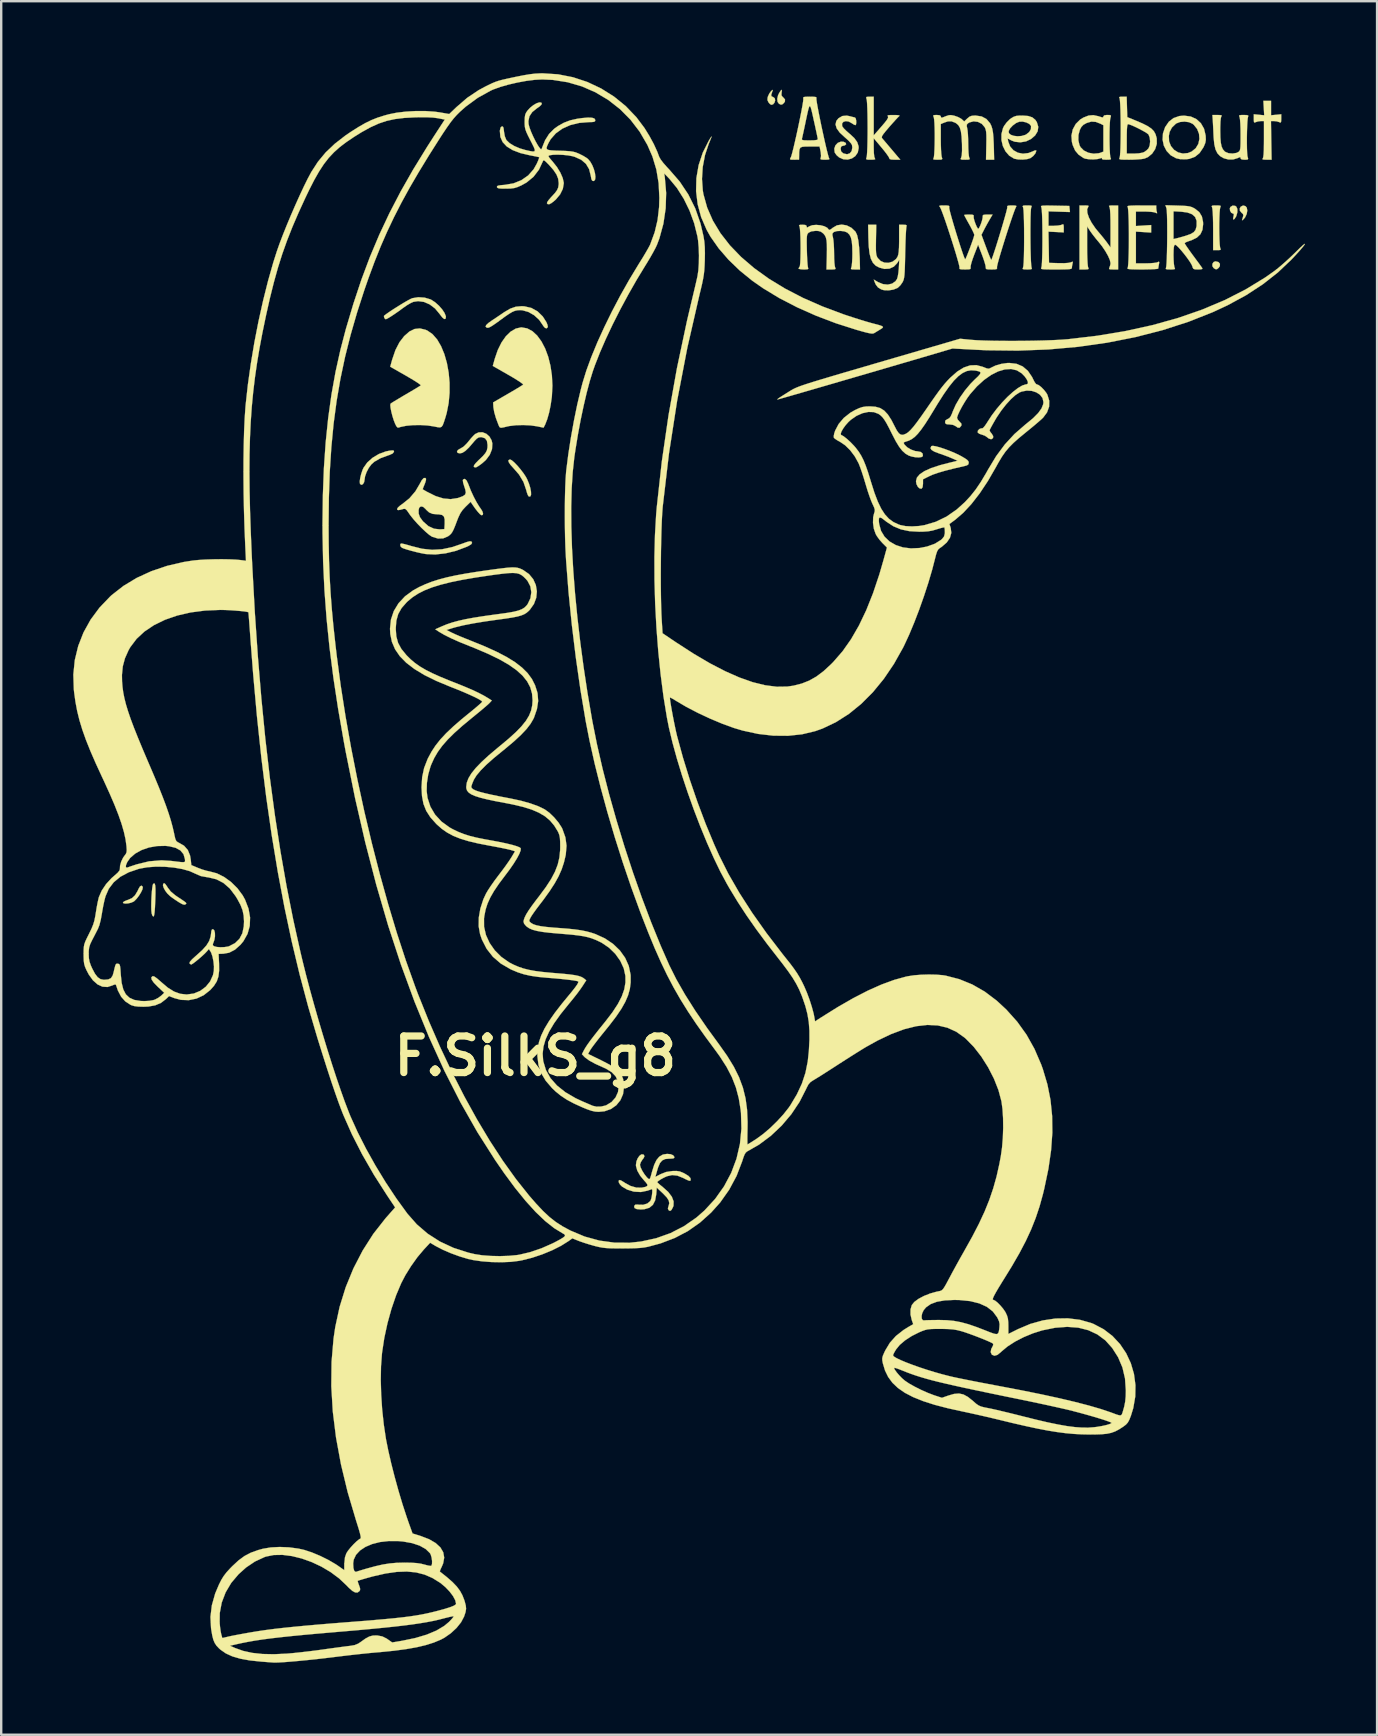
<source format=kicad_pcb>
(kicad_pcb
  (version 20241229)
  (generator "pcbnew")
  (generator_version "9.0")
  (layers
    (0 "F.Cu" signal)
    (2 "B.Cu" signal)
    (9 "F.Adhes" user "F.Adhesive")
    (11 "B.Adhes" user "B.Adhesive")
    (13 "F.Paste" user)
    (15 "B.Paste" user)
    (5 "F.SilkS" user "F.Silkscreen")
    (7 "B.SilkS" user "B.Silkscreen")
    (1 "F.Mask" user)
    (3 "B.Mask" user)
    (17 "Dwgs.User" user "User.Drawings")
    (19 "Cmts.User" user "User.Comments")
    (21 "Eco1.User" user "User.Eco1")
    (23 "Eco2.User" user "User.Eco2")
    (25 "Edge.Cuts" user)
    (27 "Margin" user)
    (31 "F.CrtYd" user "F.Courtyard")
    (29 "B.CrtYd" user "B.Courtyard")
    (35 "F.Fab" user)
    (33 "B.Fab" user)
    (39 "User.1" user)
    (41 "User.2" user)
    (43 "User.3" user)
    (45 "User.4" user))
  (footprint "F.SilkS_g8"
    (layer "F.Cu")
    (at 19.25 40.941)
    (property "Reference" "F.SilkS_g8" (at 0 0 0) (layer "F.SilkS") (effects (font (size 1.524 1.524) (thickness 0.3))))
    (attr through_hole)
    (fp_poly (pts (xy 28.455 -33.076) (xy 28.519 -33.003) (xy 28.516 -32.906) (xy 28.466 -32.833) (xy 28.393 -32.775) (xy 28.325 -32.781) (xy 28.259 -32.823) (xy 28.205 -32.904) (xy 28.206 -32.999) (xy 28.256 -33.076) (xy 28.335 -33.105) (xy 28.455 -33.076)) (stroke (width 0.01) (type solid)) (fill yes) (layer "F.SilkS"))
    (fp_poly (pts (xy 10.271 -40.201) (xy 10.259 -40.129) (xy 10.254 -40.023) (xy 10.303 -39.952) (xy 10.324 -39.937) (xy 10.402 -39.849) (xy 10.397 -39.756) (xy 10.347 -39.691) (xy 10.277 -39.635) (xy 10.212 -39.637) (xy 10.149 -39.67) (xy 10.091 -39.748) (xy 10.078 -39.873) (xy 10.111 -40.02) (xy 10.16 -40.121) (xy 10.229 -40.225) (xy 10.265 -40.251) (xy 10.271 -40.201)) (stroke (width 0.01) (type solid)) (fill yes) (layer "F.SilkS"))
    (fp_poly (pts (xy 29.583 -35.404) (xy 29.637 -35.342) (xy 29.659 -35.223) (xy 29.634 -35.076) (xy 29.568 -34.936) (xy 29.507 -34.862) (xy 29.451 -34.814) (xy 29.438 -34.823) (xy 29.462 -34.9) (xy 29.469 -34.921) (xy 29.495 -35.02) (xy 29.477 -35.079) (xy 29.427 -35.121) (xy 29.35 -35.213) (xy 29.347 -35.317) (xy 29.388 -35.382) (xy 29.485 -35.43) (xy 29.583 -35.404)) (stroke (width 0.01) (type solid)) (fill yes) (layer "F.SilkS"))
    (fp_poly (pts (xy 29.156 -35.415) (xy 29.202 -35.382) (xy 29.245 -35.286) (xy 29.245 -35.148) (xy 29.204 -35) (xy 29.188 -34.965) (xy 29.126 -34.87) (xy 29.082 -34.844) (xy 29.068 -34.888) (xy 29.083 -34.967) (xy 29.1 -35.058) (xy 29.078 -35.092) (xy 29.058 -35.094) (xy 28.988 -35.13) (xy 28.941 -35.215) (xy 28.931 -35.311) (xy 28.955 -35.368) (xy 29.05 -35.427) (xy 29.156 -35.415)) (stroke (width 0.01) (type solid)) (fill yes) (layer "F.SilkS"))
    (fp_poly (pts (xy 9.893 -40.236) (xy 9.866 -40.159) (xy 9.829 -40.047) (xy 9.833 -39.988) (xy 9.882 -39.957) (xy 9.906 -39.95) (xy 9.973 -39.899) (xy 9.991 -39.811) (xy 9.966 -39.717) (xy 9.906 -39.646) (xy 9.835 -39.624) (xy 9.775 -39.656) (xy 9.713 -39.728) (xy 9.67 -39.82) (xy 9.675 -39.917) (xy 9.692 -39.977) (xy 9.749 -40.099) (xy 9.822 -40.196) (xy 9.825 -40.199) (xy 9.883 -40.248) (xy 9.893 -40.236)) (stroke (width 0.01) (type solid)) (fill yes) (layer "F.SilkS"))
    (fp_poly (pts (xy -15.852 -7.173) (xy -15.833 -7.099) (xy -15.824 -6.962) (xy -15.824 -6.757) (xy -15.832 -6.48) (xy -15.844 -6.197) (xy -15.859 -5.994) (xy -15.878 -5.867) (xy -15.9 -5.813) (xy -15.904 -5.811) (xy -15.946 -5.837) (xy -15.98 -5.929) (xy -15.984 -5.952) (xy -15.996 -6.066) (xy -16 -6.231) (xy -15.997 -6.425) (xy -15.989 -6.63) (xy -15.976 -6.827) (xy -15.959 -6.995) (xy -15.94 -7.115) (xy -15.921 -7.167) (xy -15.881 -7.194) (xy -15.852 -7.173)) (stroke (width 0.01) (type solid)) (fill yes) (layer "F.SilkS"))
    (fp_poly (pts (xy -16.363 -7.064) (xy -16.351 -7.024) (xy -16.367 -6.939) (xy -16.426 -6.816) (xy -16.511 -6.679) (xy -16.609 -6.551) (xy -16.703 -6.455) (xy -16.734 -6.433) (xy -16.838 -6.387) (xy -16.959 -6.359) (xy -17.071 -6.35) (xy -17.153 -6.361) (xy -17.179 -6.395) (xy -17.178 -6.399) (xy -17.131 -6.439) (xy -17.029 -6.484) (xy -16.965 -6.506) (xy -16.804 -6.577) (xy -16.677 -6.694) (xy -16.569 -6.874) (xy -16.528 -6.964) (xy -16.469 -7.064) (xy -16.409 -7.098) (xy -16.363 -7.064)) (stroke (width 0.01) (type solid)) (fill yes) (layer "F.SilkS"))
    (fp_poly (pts (xy -15.413 -7.163) (xy -15.35 -7.077) (xy -15.308 -7.01) (xy -15.189 -6.856) (xy -15.006 -6.701) (xy -14.891 -6.622) (xy -14.723 -6.511) (xy -14.615 -6.437) (xy -14.557 -6.39) (xy -14.538 -6.36) (xy -14.55 -6.337) (xy -14.573 -6.317) (xy -14.627 -6.302) (xy -14.714 -6.33) (xy -14.839 -6.401) (xy -14.991 -6.5) (xy -15.144 -6.607) (xy -15.21 -6.657) (xy -15.325 -6.766) (xy -15.418 -6.889) (xy -15.483 -7.009) (xy -15.512 -7.111) (xy -15.499 -7.179) (xy -15.453 -7.197) (xy -15.413 -7.163)) (stroke (width 0.01) (type solid)) (fill yes) (layer "F.SilkS"))
    (fp_poly (pts (xy -0.981 -24.817) (xy -0.878 -24.729) (xy -0.754 -24.601) (xy -0.624 -24.449) (xy -0.501 -24.289) (xy -0.398 -24.134) (xy -0.343 -24.033) (xy -0.264 -23.843) (xy -0.209 -23.663) (xy -0.18 -23.506) (xy -0.177 -23.386) (xy -0.203 -23.315) (xy -0.257 -23.305) (xy -0.282 -23.318) (xy -0.315 -23.372) (xy -0.354 -23.483) (xy -0.38 -23.58) (xy -0.493 -23.912) (xy -0.676 -24.22) (xy -0.903 -24.481) (xy -1.04 -24.634) (xy -1.113 -24.748) (xy -1.12 -24.821) (xy -1.06 -24.849) (xy -1.051 -24.85) (xy -0.981 -24.817)) (stroke (width 0.01) (type solid)) (fill yes) (layer "F.SilkS"))
    (fp_poly (pts (xy -5.9 -25.221) (xy -5.887 -25.188) (xy -5.891 -25.165) (xy -5.941 -25.101) (xy -6.07 -25.04) (xy -6.138 -25.018) (xy -6.456 -24.9) (xy -6.703 -24.758) (xy -6.824 -24.652) (xy -6.936 -24.503) (xy -7.031 -24.321) (xy -7.094 -24.14) (xy -7.111 -24.022) (xy -7.131 -23.907) (xy -7.178 -23.826) (xy -7.236 -23.793) (xy -7.29 -23.82) (xy -7.308 -23.853) (xy -7.314 -23.943) (xy -7.294 -24.084) (xy -7.254 -24.248) (xy -7.2 -24.408) (xy -7.158 -24.502) (xy -7.001 -24.724) (xy -6.78 -24.921) (xy -6.516 -25.079) (xy -6.229 -25.185) (xy -6.078 -25.216) (xy -5.957 -25.229) (xy -5.9 -25.221)) (stroke (width 0.01) (type solid)) (fill yes) (layer "F.SilkS"))
    (fp_poly (pts (xy 28.488 -35.43) (xy 28.545 -35.417) (xy 28.55 -35.385) (xy 28.534 -35.351) (xy 28.519 -35.28) (xy 28.506 -35.137) (xy 28.497 -34.934) (xy 28.491 -34.685) (xy 28.49 -34.502) (xy 28.493 -34.228) (xy 28.5 -33.993) (xy 28.51 -33.81) (xy 28.524 -33.69) (xy 28.534 -33.652) (xy 28.554 -33.6) (xy 28.526 -33.577) (xy 28.435 -33.57) (xy 28.407 -33.57) (xy 28.236 -33.57) (xy 28.236 -34.42) (xy 28.234 -34.715) (xy 28.228 -34.967) (xy 28.218 -35.165) (xy 28.205 -35.298) (xy 28.193 -35.351) (xy 28.174 -35.399) (xy 28.196 -35.424) (xy 28.275 -35.432) (xy 28.363 -35.433) (xy 28.488 -35.43)) (stroke (width 0.01) (type solid)) (fill yes) (layer "F.SilkS"))
    (fp_poly (pts (xy -2.669 -21.437) (xy -2.66 -21.431) (xy -2.634 -21.374) (xy -2.674 -21.315) (xy -2.788 -21.246) (xy -2.864 -21.211) (xy -3.303 -21.046) (xy -3.742 -20.94) (xy -4.165 -20.893) (xy -4.553 -20.91) (xy -4.587 -20.915) (xy -4.752 -20.946) (xy -4.948 -20.99) (xy -5.151 -21.042) (xy -5.338 -21.095) (xy -5.485 -21.143) (xy -5.556 -21.173) (xy -5.617 -21.235) (xy -5.628 -21.309) (xy -5.599 -21.35) (xy -5.547 -21.346) (xy -5.434 -21.321) (xy -5.278 -21.278) (xy -5.165 -21.244) (xy -4.72 -21.132) (xy -4.3 -21.087) (xy -3.885 -21.11) (xy -3.458 -21.201) (xy -3.045 -21.342) (xy -2.857 -21.411) (xy -2.734 -21.442) (xy -2.669 -21.437)) (stroke (width 0.01) (type solid)) (fill yes) (layer "F.SilkS"))
    (fp_poly (pts (xy 30.649 -39.19) (xy 30.861 -39.21) (xy 31.073 -39.231) (xy 31.073 -39.045) (xy 31.069 -38.932) (xy 31.052 -38.887) (xy 31.013 -38.892) (xy 30.991 -38.903) (xy 30.888 -38.935) (xy 30.777 -38.947) (xy 30.646 -38.947) (xy 30.658 -38.142) (xy 30.671 -37.338) (xy 30.461 -37.338) (xy 30.339 -37.342) (xy 30.29 -37.358) (xy 30.302 -37.388) (xy 30.302 -37.389) (xy 30.323 -37.443) (xy 30.338 -37.562) (xy 30.348 -37.751) (xy 30.352 -38.016) (xy 30.353 -38.193) (xy 30.353 -38.947) (xy 30.223 -38.947) (xy 30.101 -38.932) (xy 30.012 -38.903) (xy 29.961 -38.884) (xy 29.937 -38.909) (xy 29.93 -38.996) (xy 29.93 -39.045) (xy 29.93 -39.231) (xy 30.363 -39.189) (xy 30.346 -39.491) (xy 30.329 -39.793) (xy 30.649 -39.793) (xy 30.649 -39.19)) (stroke (width 0.01) (type solid)) (fill yes) (layer "F.SilkS"))
    (fp_poly (pts (xy -0.455 -31.23) (xy -0.165 -31.163) (xy 0.093 -31.02) (xy 0.31 -30.808) (xy 0.462 -30.57) (xy 0.506 -30.46) (xy 0.522 -30.377) (xy 0.52 -30.364) (xy 0.472 -30.313) (xy 0.404 -30.331) (xy 0.333 -30.411) (xy 0.318 -30.437) (xy 0.158 -30.67) (xy -0.05 -30.86) (xy -0.288 -30.996) (xy -0.538 -31.066) (xy -0.635 -31.072) (xy -0.745 -31.066) (xy -0.848 -31.044) (xy -0.959 -30.997) (xy -1.092 -30.918) (xy -1.265 -30.8) (xy -1.436 -30.675) (xy -1.637 -30.528) (xy -1.783 -30.428) (xy -1.886 -30.367) (xy -1.957 -30.339) (xy -2.007 -30.337) (xy -2.021 -30.341) (xy -2.071 -30.382) (xy -2.049 -30.447) (xy -1.952 -30.538) (xy -1.81 -30.639) (xy -1.631 -30.758) (xy -1.437 -30.889) (xy -1.299 -30.984) (xy -1.049 -31.132) (xy -0.814 -31.214) (xy -0.565 -31.236) (xy -0.455 -31.23)) (stroke (width 0.01) (type solid)) (fill yes) (layer "F.SilkS"))
    (fp_poly (pts (xy 20.614 -35.43) (xy 20.671 -35.417) (xy 20.676 -35.385) (xy 20.659 -35.349) (xy 20.647 -35.284) (xy 20.638 -35.149) (xy 20.631 -34.956) (xy 20.627 -34.719) (xy 20.625 -34.451) (xy 20.625 -34.166) (xy 20.627 -33.879) (xy 20.631 -33.601) (xy 20.638 -33.347) (xy 20.646 -33.13) (xy 20.656 -32.964) (xy 20.668 -32.862) (xy 20.674 -32.84) (xy 20.686 -32.797) (xy 20.655 -32.774) (xy 20.564 -32.767) (xy 20.492 -32.766) (xy 20.367 -32.769) (xy 20.309 -32.782) (xy 20.302 -32.813) (xy 20.319 -32.848) (xy 20.332 -32.917) (xy 20.344 -33.064) (xy 20.353 -33.283) (xy 20.359 -33.568) (xy 20.362 -33.912) (xy 20.362 -34.099) (xy 20.361 -34.47) (xy 20.356 -34.785) (xy 20.348 -35.037) (xy 20.338 -35.22) (xy 20.325 -35.328) (xy 20.319 -35.351) (xy 20.3 -35.399) (xy 20.322 -35.424) (xy 20.401 -35.432) (xy 20.489 -35.433) (xy 20.614 -35.43)) (stroke (width 0.01) (type solid)) (fill yes) (layer "F.SilkS"))
    (fp_poly (pts (xy -4.611 -31.592) (xy -4.368 -31.52) (xy -4.334 -31.503) (xy -4.176 -31.4) (xy -4.021 -31.262) (xy -3.884 -31.107) (xy -3.782 -30.955) (xy -3.729 -30.823) (xy -3.725 -30.788) (xy -3.743 -30.708) (xy -3.795 -30.701) (xy -3.874 -30.766) (xy -3.978 -30.899) (xy -3.991 -30.918) (xy -4.178 -31.142) (xy -4.399 -31.309) (xy -4.638 -31.413) (xy -4.883 -31.446) (xy -5.077 -31.417) (xy -5.188 -31.368) (xy -5.335 -31.283) (xy -5.489 -31.177) (xy -5.514 -31.159) (xy -5.7 -31.022) (xy -5.879 -30.898) (xy -6.036 -30.795) (xy -6.157 -30.723) (xy -6.227 -30.692) (xy -6.233 -30.692) (xy -6.276 -30.725) (xy -6.293 -30.757) (xy -6.307 -30.821) (xy -6.302 -30.837) (xy -6.21 -30.908) (xy -6.068 -31.007) (xy -5.892 -31.123) (xy -5.7 -31.244) (xy -5.51 -31.361) (xy -5.338 -31.461) (xy -5.203 -31.534) (xy -5.125 -31.569) (xy -4.876 -31.61) (xy -4.611 -31.592)) (stroke (width 0.01) (type solid)) (fill yes) (layer "F.SilkS"))
    (fp_poly (pts (xy 16.688 -25.398) (xy 16.857 -25.353) (xy 17.055 -25.287) (xy 17.267 -25.208) (xy 17.477 -25.119) (xy 17.67 -25.027) (xy 17.716 -25.002) (xy 17.883 -24.907) (xy 17.986 -24.837) (xy 18.039 -24.779) (xy 18.055 -24.722) (xy 18.055 -24.717) (xy 18.04 -24.648) (xy 17.98 -24.605) (xy 17.886 -24.579) (xy 17.44 -24.476) (xy 17.072 -24.382) (xy 16.778 -24.296) (xy 16.552 -24.217) (xy 16.425 -24.161) (xy 16.15 -24.024) (xy 16.15 -23.835) (xy 16.133 -23.695) (xy 16.085 -23.631) (xy 16.009 -23.645) (xy 15.938 -23.707) (xy 15.877 -23.824) (xy 15.858 -23.948) (xy 15.897 -24.096) (xy 16.015 -24.235) (xy 16.214 -24.367) (xy 16.493 -24.493) (xy 16.856 -24.612) (xy 17.204 -24.703) (xy 17.59 -24.796) (xy 17.378 -24.891) (xy 17.232 -24.952) (xy 17.043 -25.024) (xy 16.849 -25.091) (xy 16.828 -25.099) (xy 16.625 -25.176) (xy 16.504 -25.25) (xy 16.461 -25.323) (xy 16.493 -25.399) (xy 16.503 -25.41) (xy 16.565 -25.419) (xy 16.688 -25.398)) (stroke (width 0.01) (type solid)) (fill yes) (layer "F.SilkS"))
    (fp_poly (pts (xy -2.041 -25.921) (xy -1.911 -25.806) (xy -1.82 -25.646) (xy -1.79 -25.516) (xy -1.804 -25.28) (xy -1.897 -25.047) (xy -2.06 -24.828) (xy -2.222 -24.685) (xy -2.365 -24.581) (xy -2.458 -24.527) (xy -2.517 -24.518) (xy -2.557 -24.547) (xy -2.565 -24.559) (xy -2.55 -24.611) (xy -2.479 -24.703) (xy -2.361 -24.823) (xy -2.337 -24.845) (xy -2.18 -24.997) (xy -2.078 -25.117) (xy -2.02 -25.225) (xy -1.994 -25.342) (xy -1.99 -25.454) (xy -2.016 -25.626) (xy -2.097 -25.734) (xy -2.234 -25.779) (xy -2.275 -25.781) (xy -2.359 -25.768) (xy -2.438 -25.719) (xy -2.534 -25.62) (xy -2.585 -25.559) (xy -2.766 -25.348) (xy -2.915 -25.206) (xy -3.04 -25.127) (xy -3.142 -25.104) (xy -3.236 -25.125) (xy -3.264 -25.178) (xy -3.227 -25.243) (xy -3.129 -25.303) (xy -3.116 -25.308) (xy -2.99 -25.385) (xy -2.849 -25.524) (xy -2.791 -25.594) (xy -2.683 -25.727) (xy -2.578 -25.842) (xy -2.506 -25.91) (xy -2.355 -25.982) (xy -2.195 -25.983) (xy -2.041 -25.921)) (stroke (width 0.01) (type solid)) (fill yes) (layer "F.SilkS"))
    (fp_poly (pts (xy 27.304 -39.137) (xy 27.54 -39.029) (xy 27.726 -38.858) (xy 27.857 -38.629) (xy 27.923 -38.351) (xy 27.926 -38.322) (xy 27.932 -38.165) (xy 27.911 -38.04) (xy 27.855 -37.902) (xy 27.827 -37.846) (xy 27.672 -37.616) (xy 27.481 -37.46) (xy 27.246 -37.373) (xy 27.11 -37.355) (xy 26.87 -37.359) (xy 26.691 -37.399) (xy 26.468 -37.523) (xy 26.297 -37.703) (xy 26.182 -37.925) (xy 26.13 -38.173) (xy 26.14 -38.332) (xy 26.391 -38.332) (xy 26.401 -38.103) (xy 26.478 -37.906) (xy 26.609 -37.749) (xy 26.78 -37.642) (xy 26.977 -37.595) (xy 27.188 -37.616) (xy 27.345 -37.681) (xy 27.512 -37.818) (xy 27.619 -37.998) (xy 27.664 -38.203) (xy 27.648 -38.416) (xy 27.57 -38.618) (xy 27.43 -38.792) (xy 27.378 -38.835) (xy 27.23 -38.901) (xy 27.045 -38.926) (xy 26.857 -38.909) (xy 26.702 -38.849) (xy 26.684 -38.837) (xy 26.519 -38.678) (xy 26.423 -38.494) (xy 26.391 -38.332) (xy 26.14 -38.332) (xy 26.146 -38.433) (xy 26.234 -38.691) (xy 26.236 -38.695) (xy 26.391 -38.921) (xy 26.589 -39.075) (xy 26.833 -39.158) (xy 27.026 -39.174) (xy 27.304 -39.137)) (stroke (width 0.01) (type solid)) (fill yes) (layer "F.SilkS"))
    (fp_poly (pts (xy -0.34 -30.312) (xy -0.122 -30.196) (xy 0.078 -30.011) (xy 0.256 -29.767) (xy 0.411 -29.47) (xy 0.537 -29.13) (xy 0.631 -28.754) (xy 0.691 -28.35) (xy 0.712 -27.927) (xy 0.691 -27.492) (xy 0.685 -27.434) (xy 0.638 -27.111) (xy 0.574 -26.8) (xy 0.496 -26.526) (xy 0.413 -26.311) (xy 0.4 -26.285) (xy 0.343 -26.175) (xy 0.076 -26.231) (xy -0.196 -26.27) (xy -0.503 -26.285) (xy -0.811 -26.276) (xy -1.084 -26.243) (xy -1.164 -26.226) (xy -1.322 -26.188) (xy -1.418 -26.172) (xy -1.472 -26.182) (xy -1.504 -26.221) (xy -1.535 -26.293) (xy -1.538 -26.3) (xy -1.639 -26.57) (xy -1.711 -26.818) (xy -1.746 -27.021) (xy -1.748 -27.051) (xy -1.757 -27.227) (xy -1.149 -27.58) (xy -0.943 -27.7) (xy -0.763 -27.807) (xy -0.622 -27.893) (xy -0.531 -27.95) (xy -0.505 -27.968) (xy -0.529 -27.999) (xy -0.615 -28.064) (xy -0.754 -28.155) (xy -0.933 -28.266) (xy -1.121 -28.375) (xy -1.772 -28.747) (xy -1.688 -29.049) (xy -1.564 -29.41) (xy -1.409 -29.724) (xy -1.228 -29.982) (xy -1.028 -30.177) (xy -0.814 -30.303) (xy -0.594 -30.353) (xy -0.572 -30.353) (xy -0.34 -30.312)) (stroke (width 0.01) (type solid)) (fill yes) (layer "F.SilkS"))
    (fp_poly (pts (xy 23.001 -35.429) (xy 23.05 -35.413) (xy 23.038 -35.383) (xy 23.038 -35.382) (xy 22.988 -35.275) (xy 22.997 -35.121) (xy 23.06 -34.931) (xy 23.173 -34.714) (xy 23.332 -34.482) (xy 23.44 -34.35) (xy 23.573 -34.192) (xy 23.703 -34.032) (xy 23.806 -33.899) (xy 23.826 -33.871) (xy 23.961 -33.685) (xy 23.961 -34.508) (xy 23.959 -34.829) (xy 23.953 -35.071) (xy 23.942 -35.241) (xy 23.927 -35.343) (xy 23.91 -35.382) (xy 23.897 -35.413) (xy 23.945 -35.429) (xy 24.066 -35.433) (xy 24.069 -35.433) (xy 24.278 -35.433) (xy 24.278 -32.766) (xy 24.076 -32.766) (xy 23.956 -32.769) (xy 23.904 -32.784) (xy 23.903 -32.819) (xy 23.917 -32.848) (xy 23.953 -32.958) (xy 23.961 -33.032) (xy 23.934 -33.159) (xy 23.86 -33.329) (xy 23.749 -33.525) (xy 23.613 -33.728) (xy 23.469 -33.909) (xy 23.34 -34.064) (xy 23.216 -34.223) (xy 23.12 -34.355) (xy 23.109 -34.372) (xy 22.987 -34.561) (xy 22.987 -33.745) (xy 22.989 -33.459) (xy 22.996 -33.214) (xy 23.006 -33.022) (xy 23.019 -32.895) (xy 23.031 -32.848) (xy 23.05 -32.799) (xy 23.027 -32.775) (xy 22.944 -32.767) (xy 22.872 -32.766) (xy 22.669 -32.766) (xy 22.669 -35.433) (xy 22.879 -35.433) (xy 23.001 -35.429)) (stroke (width 0.01) (type solid)) (fill yes) (layer "F.SilkS"))
    (fp_poly (pts (xy -4.574 -30.254) (xy -4.5 -30.222) (xy -4.284 -30.072) (xy -4.091 -29.852) (xy -3.926 -29.57) (xy -3.789 -29.239) (xy -3.683 -28.868) (xy -3.61 -28.467) (xy -3.572 -28.049) (xy -3.572 -27.622) (xy -3.611 -27.197) (xy -3.692 -26.786) (xy -3.747 -26.595) (xy -3.809 -26.403) (xy -3.857 -26.278) (xy -3.907 -26.21) (xy -3.972 -26.186) (xy -4.068 -26.195) (xy -4.21 -26.224) (xy -4.214 -26.225) (xy -4.49 -26.267) (xy -4.792 -26.285) (xy -5.096 -26.28) (xy -5.377 -26.254) (xy -5.611 -26.206) (xy -5.683 -26.182) (xy -5.738 -26.181) (xy -5.789 -26.236) (xy -5.84 -26.337) (xy -5.899 -26.488) (xy -5.953 -26.661) (xy -5.998 -26.837) (xy -6.029 -26.995) (xy -6.041 -27.115) (xy -6.03 -27.176) (xy -6.03 -27.176) (xy -5.981 -27.209) (xy -5.873 -27.277) (xy -5.717 -27.371) (xy -5.529 -27.483) (xy -5.397 -27.56) (xy -5.195 -27.679) (xy -5.018 -27.784) (xy -4.88 -27.868) (xy -4.793 -27.922) (xy -4.771 -27.938) (xy -4.795 -27.968) (xy -4.881 -28.032) (xy -5.021 -28.122) (xy -5.201 -28.231) (xy -5.391 -28.342) (xy -6.045 -28.714) (xy -5.963 -29.011) (xy -5.827 -29.408) (xy -5.659 -29.735) (xy -5.464 -29.988) (xy -5.248 -30.179) (xy -5.032 -30.286) (xy -4.809 -30.31) (xy -4.574 -30.254)) (stroke (width 0.01) (type solid)) (fill yes) (layer "F.SilkS"))
    (fp_poly (pts (xy 25.866 -35.331) (xy 25.877 -35.218) (xy 25.893 -35.156) (xy 25.903 -35.108) (xy 25.864 -35.116) (xy 25.833 -35.132) (xy 25.751 -35.154) (xy 25.61 -35.17) (xy 25.437 -35.178) (xy 25.382 -35.179) (xy 25.019 -35.179) (xy 25.019 -34.575) (xy 25.654 -34.616) (xy 25.654 -34.303) (xy 25.337 -34.323) (xy 25.019 -34.343) (xy 25.019 -33.02) (xy 25.424 -33.02) (xy 25.61 -33.025) (xy 25.772 -33.038) (xy 25.886 -33.056) (xy 25.917 -33.067) (xy 25.975 -33.092) (xy 25.992 -33.068) (xy 25.978 -32.977) (xy 25.959 -32.872) (xy 25.95 -32.805) (xy 25.95 -32.803) (xy 25.91 -32.79) (xy 25.8 -32.78) (xy 25.634 -32.772) (xy 25.426 -32.767) (xy 25.286 -32.766) (xy 25.028 -32.767) (xy 24.846 -32.772) (xy 24.731 -32.781) (xy 24.675 -32.794) (xy 24.668 -32.812) (xy 24.672 -32.817) (xy 24.687 -32.874) (xy 24.7 -33.002) (xy 24.711 -33.189) (xy 24.718 -33.421) (xy 24.724 -33.686) (xy 24.726 -33.969) (xy 24.726 -34.258) (xy 24.723 -34.54) (xy 24.718 -34.802) (xy 24.71 -35.03) (xy 24.699 -35.212) (xy 24.686 -35.334) (xy 24.672 -35.382) (xy 24.67 -35.403) (xy 24.716 -35.417) (xy 24.819 -35.426) (xy 24.989 -35.431) (xy 25.234 -35.433) (xy 25.243 -35.433) (xy 25.866 -35.433) (xy 25.866 -35.331)) (stroke (width 0.01) (type solid)) (fill yes) (layer "F.SilkS"))
    (fp_poly (pts (xy 7.342 -38.297) (xy 7.316 -38.222) (xy 7.256 -38.073) (xy 7.222 -37.992) (xy 7.068 -37.528) (xy 6.974 -37.035) (xy 6.943 -36.536) (xy 6.977 -36.055) (xy 7.004 -35.897) (xy 7.159 -35.342) (xy 7.396 -34.801) (xy 7.712 -34.277) (xy 8.105 -33.772) (xy 8.573 -33.286) (xy 9.114 -32.823) (xy 9.725 -32.383) (xy 10.404 -31.969) (xy 11.149 -31.583) (xy 11.958 -31.227) (xy 12.828 -30.901) (xy 12.944 -30.862) (xy 13.212 -30.774) (xy 13.482 -30.688) (xy 13.731 -30.611) (xy 13.939 -30.551) (xy 14.055 -30.519) (xy 14.265 -30.465) (xy 14.401 -30.424) (xy 14.47 -30.389) (xy 14.482 -30.355) (xy 14.442 -30.315) (xy 14.366 -30.267) (xy 14.245 -30.193) (xy 14.141 -30.129) (xy 14.118 -30.115) (xy 14.074 -30.098) (xy 14.008 -30.096) (xy 13.909 -30.111) (xy 13.762 -30.145) (xy 13.556 -30.201) (xy 13.39 -30.248) (xy 12.53 -30.522) (xy 11.699 -30.837) (xy 10.909 -31.188) (xy 10.17 -31.57) (xy 9.495 -31.978) (xy 9.043 -32.293) (xy 8.517 -32.72) (xy 8.046 -33.174) (xy 7.638 -33.646) (xy 7.3 -34.128) (xy 7.135 -34.42) (xy 6.909 -34.943) (xy 6.763 -35.482) (xy 6.697 -36.027) (xy 6.71 -36.573) (xy 6.803 -37.111) (xy 6.976 -37.633) (xy 7.221 -38.121) (xy 7.295 -38.243) (xy 7.335 -38.303) (xy 7.342 -38.297)) (stroke (width 0.01) (type solid)) (fill yes) (layer "F.SilkS"))
    (fp_poly (pts (xy 21.539 -35.426) (xy 21.641 -35.424) (xy 22.246 -35.412) (xy 22.259 -35.285) (xy 22.271 -35.158) (xy 21.378 -35.187) (xy 21.378 -34.586) (xy 21.614 -34.586) (xy 21.761 -34.594) (xy 21.883 -34.614) (xy 21.931 -34.63) (xy 21.982 -34.65) (xy 22.006 -34.624) (xy 22.013 -34.536) (xy 22.013 -34.492) (xy 22.013 -34.31) (xy 21.376 -34.342) (xy 21.388 -33.691) (xy 21.399 -33.041) (xy 21.812 -33.029) (xy 22.033 -33.028) (xy 22.204 -33.04) (xy 22.307 -33.062) (xy 22.316 -33.066) (xy 22.381 -33.093) (xy 22.391 -33.062) (xy 22.38 -33.014) (xy 22.358 -32.904) (xy 22.353 -32.84) (xy 22.346 -32.812) (xy 22.317 -32.792) (xy 22.255 -32.779) (xy 22.147 -32.771) (xy 21.981 -32.767) (xy 21.744 -32.766) (xy 21.694 -32.766) (xy 21.446 -32.766) (xy 21.271 -32.769) (xy 21.157 -32.774) (xy 21.093 -32.785) (xy 21.069 -32.802) (xy 21.071 -32.828) (xy 21.081 -32.848) (xy 21.094 -32.915) (xy 21.105 -33.053) (xy 21.113 -33.248) (xy 21.12 -33.488) (xy 21.123 -33.757) (xy 21.125 -34.042) (xy 21.124 -34.33) (xy 21.121 -34.608) (xy 21.116 -34.86) (xy 21.108 -35.075) (xy 21.098 -35.238) (xy 21.085 -35.335) (xy 21.08 -35.352) (xy 21.066 -35.385) (xy 21.072 -35.407) (xy 21.111 -35.421) (xy 21.193 -35.427) (xy 21.332 -35.429) (xy 21.539 -35.426)) (stroke (width 0.01) (type solid)) (fill yes) (layer "F.SilkS"))
    (fp_poly (pts (xy 13.105 -39.149) (xy 13.22 -39.118) (xy 13.302 -39.099) (xy 13.314 -39.098) (xy 13.346 -39.06) (xy 13.366 -38.976) (xy 13.37 -38.878) (xy 13.358 -38.801) (xy 13.334 -38.777) (xy 13.269 -38.802) (xy 13.179 -38.86) (xy 13.177 -38.862) (xy 13.052 -38.929) (xy 12.932 -38.944) (xy 12.835 -38.915) (xy 12.779 -38.847) (xy 12.781 -38.749) (xy 12.799 -38.707) (xy 12.856 -38.637) (xy 12.958 -38.536) (xy 13.084 -38.426) (xy 13.092 -38.42) (xy 13.287 -38.24) (xy 13.409 -38.072) (xy 13.465 -37.904) (xy 13.47 -37.824) (xy 13.434 -37.64) (xy 13.334 -37.493) (xy 13.189 -37.391) (xy 13.015 -37.343) (xy 12.829 -37.356) (xy 12.654 -37.435) (xy 12.55 -37.526) (xy 12.478 -37.628) (xy 12.47 -37.646) (xy 12.454 -37.799) (xy 12.502 -37.936) (xy 12.6 -38.04) (xy 12.731 -38.091) (xy 12.841 -38.085) (xy 12.931 -38.039) (xy 12.948 -37.982) (xy 12.893 -37.935) (xy 12.838 -37.923) (xy 12.754 -37.899) (xy 12.724 -37.835) (xy 12.721 -37.783) (xy 12.742 -37.679) (xy 12.82 -37.61) (xy 12.846 -37.597) (xy 12.986 -37.565) (xy 13.101 -37.604) (xy 13.179 -37.701) (xy 13.205 -37.844) (xy 13.191 -37.952) (xy 13.147 -38.023) (xy 13.054 -38.126) (xy 12.929 -38.24) (xy 12.893 -38.271) (xy 12.682 -38.466) (xy 12.553 -38.645) (xy 12.506 -38.807) (xy 12.54 -38.954) (xy 12.629 -39.064) (xy 12.789 -39.158) (xy 12.976 -39.175) (xy 13.105 -39.149)) (stroke (width 0.01) (type solid)) (fill yes) (layer "F.SilkS"))
    (fp_poly (pts (xy 20.533 -39.159) (xy 20.706 -39.101) (xy 20.83 -38.998) (xy 20.894 -38.9) (xy 20.952 -38.708) (xy 20.927 -38.522) (xy 20.821 -38.348) (xy 20.658 -38.206) (xy 20.445 -38.102) (xy 20.208 -38.062) (xy 19.975 -38.086) (xy 19.839 -38.137) (xy 19.675 -38.223) (xy 19.702 -38.09) (xy 19.781 -37.886) (xy 19.919 -37.731) (xy 20.102 -37.63) (xy 20.313 -37.589) (xy 20.539 -37.615) (xy 20.703 -37.678) (xy 20.812 -37.726) (xy 20.863 -37.727) (xy 20.87 -37.708) (xy 20.836 -37.608) (xy 20.748 -37.499) (xy 20.631 -37.409) (xy 20.616 -37.401) (xy 20.483 -37.361) (xy 20.305 -37.343) (xy 20.12 -37.348) (xy 19.964 -37.377) (xy 19.939 -37.385) (xy 19.741 -37.507) (xy 19.585 -37.688) (xy 19.475 -37.91) (xy 19.418 -38.156) (xy 19.418 -38.408) (xy 19.449 -38.527) (xy 19.716 -38.527) (xy 19.73 -38.442) (xy 19.809 -38.375) (xy 19.934 -38.332) (xy 20.088 -38.314) (xy 20.252 -38.326) (xy 20.407 -38.371) (xy 20.448 -38.391) (xy 20.573 -38.489) (xy 20.645 -38.612) (xy 20.65 -38.736) (xy 20.645 -38.753) (xy 20.576 -38.83) (xy 20.452 -38.891) (xy 20.304 -38.925) (xy 20.166 -38.922) (xy 20.03 -38.867) (xy 19.891 -38.765) (xy 19.777 -38.643) (xy 19.716 -38.527) (xy 19.449 -38.527) (xy 19.481 -38.65) (xy 19.53 -38.749) (xy 19.635 -38.891) (xy 19.764 -39.02) (xy 19.822 -39.064) (xy 19.931 -39.128) (xy 20.037 -39.163) (xy 20.171 -39.176) (xy 20.296 -39.177) (xy 20.533 -39.159)) (stroke (width 0.01) (type solid)) (fill yes) (layer "F.SilkS"))
    (fp_poly (pts (xy 24.647 -39.538) (xy 24.659 -39.112) (xy 25.011 -38.968) (xy 25.295 -38.847) (xy 25.508 -38.739) (xy 25.662 -38.635) (xy 25.768 -38.526) (xy 25.837 -38.401) (xy 25.88 -38.253) (xy 25.887 -38.222) (xy 25.889 -37.997) (xy 25.822 -37.78) (xy 25.696 -37.591) (xy 25.524 -37.448) (xy 25.377 -37.385) (xy 25.263 -37.365) (xy 25.092 -37.35) (xy 24.89 -37.34) (xy 24.753 -37.338) (xy 24.553 -37.339) (xy 24.423 -37.343) (xy 24.352 -37.353) (xy 24.326 -37.371) (xy 24.331 -37.401) (xy 24.34 -37.42) (xy 24.354 -37.488) (xy 24.366 -37.626) (xy 24.375 -37.819) (xy 24.381 -38.055) (xy 24.383 -38.206) (xy 24.638 -38.206) (xy 24.638 -37.592) (xy 24.936 -37.592) (xy 25.139 -37.603) (xy 25.299 -37.633) (xy 25.357 -37.655) (xy 25.467 -37.731) (xy 25.546 -37.813) (xy 25.595 -37.938) (xy 25.611 -38.099) (xy 25.594 -38.26) (xy 25.545 -38.384) (xy 25.538 -38.393) (xy 25.471 -38.446) (xy 25.349 -38.52) (xy 25.195 -38.604) (xy 25.029 -38.687) (xy 24.874 -38.758) (xy 24.751 -38.805) (xy 24.691 -38.819) (xy 24.669 -38.797) (xy 24.654 -38.726) (xy 24.644 -38.594) (xy 24.639 -38.394) (xy 24.638 -38.206) (xy 24.383 -38.206) (xy 24.385 -38.321) (xy 24.386 -38.602) (xy 24.385 -38.887) (xy 24.381 -39.161) (xy 24.375 -39.411) (xy 24.366 -39.625) (xy 24.355 -39.788) (xy 24.342 -39.888) (xy 24.333 -39.912) (xy 24.319 -39.944) (xy 24.368 -39.96) (xy 24.459 -39.963) (xy 24.635 -39.963) (xy 24.647 -39.538)) (stroke (width 0.01) (type solid)) (fill yes) (layer "F.SilkS"))
    (fp_poly (pts (xy 23.939 -39.197) (xy 23.979 -39.176) (xy 23.971 -39.123) (xy 23.96 -39.092) (xy 23.944 -39.009) (xy 23.932 -38.86) (xy 23.924 -38.665) (xy 23.92 -38.439) (xy 23.919 -38.2) (xy 23.922 -37.965) (xy 23.928 -37.752) (xy 23.938 -37.578) (xy 23.951 -37.459) (xy 23.962 -37.42) (xy 23.981 -37.372) (xy 23.959 -37.348) (xy 23.88 -37.339) (xy 23.79 -37.338) (xy 23.659 -37.344) (xy 23.604 -37.364) (xy 23.605 -37.388) (xy 23.609 -37.417) (xy 23.555 -37.4) (xy 23.421 -37.365) (xy 23.245 -37.35) (xy 23.062 -37.356) (xy 22.906 -37.381) (xy 22.839 -37.407) (xy 22.631 -37.548) (xy 22.485 -37.722) (xy 22.386 -37.948) (xy 22.353 -38.075) (xy 22.347 -38.149) (xy 22.621 -38.149) (xy 22.669 -37.946) (xy 22.713 -37.86) (xy 22.851 -37.721) (xy 23.04 -37.629) (xy 23.255 -37.589) (xy 23.474 -37.608) (xy 23.556 -37.633) (xy 23.664 -37.675) (xy 23.664 -38.775) (xy 23.548 -38.835) (xy 23.345 -38.914) (xy 23.161 -38.925) (xy 22.971 -38.869) (xy 22.966 -38.867) (xy 22.833 -38.793) (xy 22.745 -38.7) (xy 22.684 -38.582) (xy 22.626 -38.371) (xy 22.621 -38.149) (xy 22.347 -38.149) (xy 22.333 -38.344) (xy 22.389 -38.601) (xy 22.514 -38.829) (xy 22.701 -39.014) (xy 22.831 -39.093) (xy 23.047 -39.177) (xy 23.246 -39.195) (xy 23.46 -39.149) (xy 23.49 -39.139) (xy 23.599 -39.104) (xy 23.65 -39.101) (xy 23.664 -39.131) (xy 23.664 -39.139) (xy 23.695 -39.183) (xy 23.794 -39.2) (xy 23.833 -39.201) (xy 23.939 -39.197)) (stroke (width 0.01) (type solid)) (fill yes) (layer "F.SilkS"))
    (fp_poly (pts (xy 14.097 -38.351) (xy 14.416 -38.717) (xy 14.557 -38.882) (xy 14.646 -38.998) (xy 14.69 -39.075) (xy 14.696 -39.124) (xy 14.686 -39.142) (xy 14.672 -39.173) (xy 14.705 -39.191) (xy 14.798 -39.198) (xy 14.928 -39.199) (xy 15.078 -39.196) (xy 15.156 -39.186) (xy 15.172 -39.168) (xy 15.152 -39.146) (xy 15.099 -39.096) (xy 15.005 -38.995) (xy 14.882 -38.858) (xy 14.743 -38.701) (xy 14.739 -38.696) (xy 14.595 -38.527) (xy 14.5 -38.408) (xy 14.448 -38.328) (xy 14.432 -38.275) (xy 14.444 -38.238) (xy 14.45 -38.23) (xy 14.498 -38.173) (xy 14.588 -38.067) (xy 14.708 -37.925) (xy 14.845 -37.764) (xy 14.856 -37.751) (xy 15.205 -37.338) (xy 14.973 -37.338) (xy 14.831 -37.344) (xy 14.76 -37.366) (xy 14.747 -37.395) (xy 14.724 -37.448) (xy 14.655 -37.55) (xy 14.552 -37.687) (xy 14.425 -37.843) (xy 14.097 -38.233) (xy 14.097 -37.837) (xy 14.103 -37.619) (xy 14.119 -37.467) (xy 14.146 -37.391) (xy 14.148 -37.389) (xy 14.16 -37.359) (xy 14.112 -37.343) (xy 13.992 -37.338) (xy 13.98 -37.338) (xy 13.852 -37.34) (xy 13.792 -37.353) (xy 13.782 -37.387) (xy 13.802 -37.447) (xy 13.813 -37.518) (xy 13.823 -37.662) (xy 13.832 -37.866) (xy 13.838 -38.118) (xy 13.842 -38.405) (xy 13.843 -38.65) (xy 13.841 -38.957) (xy 13.837 -39.238) (xy 13.83 -39.481) (xy 13.821 -39.673) (xy 13.811 -39.804) (xy 13.802 -39.854) (xy 13.781 -39.924) (xy 13.801 -39.954) (xy 13.882 -39.962) (xy 13.929 -39.963) (xy 14.097 -39.963) (xy 14.097 -38.351)) (stroke (width 0.01) (type solid)) (fill yes) (layer "F.SilkS"))
    (fp_poly (pts (xy 28.544 -39.196) (xy 28.595 -39.181) (xy 28.585 -39.152) (xy 28.583 -39.15) (xy 28.558 -39.081) (xy 28.542 -38.933) (xy 28.534 -38.703) (xy 28.533 -38.556) (xy 28.538 -38.266) (xy 28.556 -38.048) (xy 28.589 -37.887) (xy 28.642 -37.771) (xy 28.716 -37.686) (xy 28.749 -37.661) (xy 28.882 -37.608) (xy 29.048 -37.595) (xy 29.207 -37.621) (xy 29.285 -37.658) (xy 29.321 -37.687) (xy 29.346 -37.725) (xy 29.363 -37.785) (xy 29.373 -37.881) (xy 29.378 -38.028) (xy 29.379 -38.238) (xy 29.379 -38.38) (xy 29.377 -38.623) (xy 29.369 -38.834) (xy 29.357 -38.998) (xy 29.342 -39.099) (xy 29.336 -39.119) (xy 29.317 -39.167) (xy 29.339 -39.191) (xy 29.417 -39.2) (xy 29.509 -39.201) (xy 29.635 -39.197) (xy 29.694 -39.183) (xy 29.701 -39.151) (xy 29.691 -39.127) (xy 29.676 -39.053) (xy 29.663 -38.913) (xy 29.653 -38.723) (xy 29.646 -38.5) (xy 29.642 -38.262) (xy 29.642 -38.025) (xy 29.645 -37.809) (xy 29.652 -37.629) (xy 29.663 -37.503) (xy 29.672 -37.459) (xy 29.694 -37.381) (xy 29.676 -37.347) (xy 29.599 -37.338) (xy 29.546 -37.338) (xy 29.43 -37.348) (xy 29.382 -37.383) (xy 29.379 -37.403) (xy 29.371 -37.442) (xy 29.331 -37.439) (xy 29.254 -37.403) (xy 29.074 -37.349) (xy 28.868 -37.348) (xy 28.681 -37.398) (xy 28.528 -37.486) (xy 28.415 -37.604) (xy 28.336 -37.764) (xy 28.285 -37.979) (xy 28.257 -38.261) (xy 28.252 -38.354) (xy 28.243 -38.565) (xy 28.233 -38.768) (xy 28.224 -38.934) (xy 28.22 -39) (xy 28.206 -39.201) (xy 28.42 -39.201) (xy 28.544 -39.196)) (stroke (width 0.01) (type solid)) (fill yes) (layer "F.SilkS"))
    (fp_poly (pts (xy 14.191 -34.004) (xy 14.188 -33.757) (xy 14.189 -33.578) (xy 14.196 -33.452) (xy 14.211 -33.363) (xy 14.235 -33.296) (xy 14.263 -33.244) (xy 14.386 -33.118) (xy 14.545 -33.051) (xy 14.719 -33.043) (xy 14.886 -33.093) (xy 15.025 -33.199) (xy 15.09 -33.297) (xy 15.119 -33.383) (xy 15.138 -33.506) (xy 15.15 -33.68) (xy 15.155 -33.92) (xy 15.155 -34.032) (xy 15.155 -34.629) (xy 15.327 -34.629) (xy 15.436 -34.622) (xy 15.472 -34.598) (xy 15.465 -34.576) (xy 15.455 -34.52) (xy 15.444 -34.392) (xy 15.433 -34.204) (xy 15.423 -33.967) (xy 15.415 -33.694) (xy 15.409 -33.465) (xy 15.402 -33.134) (xy 15.395 -32.876) (xy 15.387 -32.68) (xy 15.377 -32.535) (xy 15.363 -32.428) (xy 15.346 -32.349) (xy 15.323 -32.286) (xy 15.299 -32.237) (xy 15.213 -32.112) (xy 15.109 -32.011) (xy 15.081 -31.992) (xy 14.915 -31.926) (xy 14.719 -31.895) (xy 14.531 -31.901) (xy 14.414 -31.933) (xy 14.274 -32.018) (xy 14.183 -32.137) (xy 14.142 -32.229) (xy 14.098 -32.346) (xy 14.281 -32.238) (xy 14.484 -32.155) (xy 14.683 -32.135) (xy 14.862 -32.176) (xy 15.003 -32.275) (xy 15.068 -32.371) (xy 15.098 -32.471) (xy 15.124 -32.625) (xy 15.142 -32.802) (xy 15.143 -32.83) (xy 15.162 -33.168) (xy 15.073 -33.028) (xy 14.934 -32.883) (xy 14.752 -32.8) (xy 14.55 -32.788) (xy 14.529 -32.791) (xy 14.333 -32.843) (xy 14.179 -32.924) (xy 14.063 -33.044) (xy 13.979 -33.212) (xy 13.922 -33.437) (xy 13.889 -33.728) (xy 13.875 -34.068) (xy 13.864 -34.629) (xy 14.034 -34.629) (xy 14.203 -34.629) (xy 14.191 -34.004)) (stroke (width 0.01) (type solid)) (fill yes) (layer "F.SilkS"))
    (fp_poly (pts (xy 11.594 -39.96) (xy 11.68 -39.95) (xy 11.713 -39.929) (xy 11.709 -39.894) (xy 11.711 -39.835) (xy 11.729 -39.708) (xy 11.762 -39.523) (xy 11.805 -39.295) (xy 11.857 -39.036) (xy 11.914 -38.758) (xy 11.975 -38.476) (xy 12.035 -38.201) (xy 12.093 -37.946) (xy 12.146 -37.725) (xy 12.191 -37.55) (xy 12.224 -37.434) (xy 12.242 -37.392) (xy 12.252 -37.36) (xy 12.205 -37.343) (xy 12.087 -37.338) (xy 12.068 -37.338) (xy 11.942 -37.342) (xy 11.884 -37.356) (xy 11.878 -37.387) (xy 11.887 -37.405) (xy 11.902 -37.492) (xy 11.892 -37.629) (xy 11.883 -37.68) (xy 11.842 -37.888) (xy 11.444 -37.888) (xy 11.246 -37.887) (xy 11.116 -37.874) (xy 11.041 -37.838) (xy 11.005 -37.768) (xy 10.992 -37.652) (xy 10.99 -37.545) (xy 10.986 -37.339) (xy 10.783 -37.338) (xy 10.663 -37.34) (xy 10.612 -37.353) (xy 10.615 -37.388) (xy 10.641 -37.433) (xy 10.668 -37.502) (xy 10.706 -37.639) (xy 10.755 -37.832) (xy 10.81 -38.067) (xy 10.836 -38.18) (xy 11.105 -38.18) (xy 11.135 -38.157) (xy 11.212 -38.146) (xy 11.353 -38.143) (xy 11.427 -38.142) (xy 11.612 -38.147) (xy 11.721 -38.161) (xy 11.765 -38.186) (xy 11.767 -38.195) (xy 11.757 -38.252) (xy 11.732 -38.377) (xy 11.694 -38.556) (xy 11.647 -38.773) (xy 11.603 -38.968) (xy 11.547 -39.224) (xy 11.503 -39.412) (xy 11.468 -39.529) (xy 11.438 -39.573) (xy 11.408 -39.543) (xy 11.374 -39.437) (xy 11.331 -39.253) (xy 11.275 -38.989) (xy 11.24 -38.82) (xy 11.196 -38.613) (xy 11.156 -38.431) (xy 11.126 -38.294) (xy 11.108 -38.219) (xy 11.107 -38.216) (xy 11.105 -38.18) (xy 10.836 -38.18) (xy 10.87 -38.33) (xy 10.931 -38.609) (xy 10.99 -38.889) (xy 11.045 -39.159) (xy 11.093 -39.405) (xy 11.131 -39.613) (xy 11.156 -39.77) (xy 11.165 -39.863) (xy 11.163 -39.879) (xy 11.159 -39.923) (xy 11.184 -39.948) (xy 11.257 -39.959) (xy 11.393 -39.963) (xy 11.438 -39.963) (xy 11.594 -39.96)) (stroke (width 0.01) (type solid)) (fill yes) (layer "F.SilkS"))
    (fp_poly (pts (xy 32.031 -33.781) (xy 31.959 -33.688) (xy 31.844 -33.553) (xy 31.688 -33.381) (xy 31.498 -33.178) (xy 30.935 -32.643) (xy 30.306 -32.149) (xy 29.608 -31.693) (xy 28.837 -31.274) (xy 28.236 -30.994) (xy 27.212 -30.588) (xy 26.131 -30.239) (xy 24.999 -29.948) (xy 23.824 -29.716) (xy 22.612 -29.544) (xy 21.37 -29.433) (xy 20.104 -29.385) (xy 18.821 -29.399) (xy 18.37 -29.42) (xy 17.378 -29.473) (xy 16.15 -29.111) (xy 15.722 -28.985) (xy 15.268 -28.852) (xy 14.796 -28.714) (xy 14.312 -28.572) (xy 13.824 -28.429) (xy 13.338 -28.288) (xy 12.861 -28.149) (xy 12.4 -28.014) (xy 11.962 -27.887) (xy 11.553 -27.768) (xy 11.18 -27.66) (xy 10.851 -27.565) (xy 10.571 -27.484) (xy 10.349 -27.421) (xy 10.19 -27.376) (xy 10.101 -27.351) (xy 10.085 -27.347) (xy 10.092 -27.367) (xy 10.14 -27.405) (xy 10.211 -27.452) (xy 10.334 -27.53) (xy 10.488 -27.627) (xy 10.579 -27.684) (xy 10.644 -27.724) (xy 10.707 -27.761) (xy 10.775 -27.797) (xy 10.852 -27.833) (xy 10.946 -27.872) (xy 11.06 -27.915) (xy 11.202 -27.964) (xy 11.376 -28.021) (xy 11.589 -28.088) (xy 11.846 -28.166) (xy 12.153 -28.258) (xy 12.515 -28.366) (xy 12.939 -28.491) (xy 13.43 -28.634) (xy 13.993 -28.799) (xy 14.314 -28.893) (xy 17.694 -29.88) (xy 18.15 -29.835) (xy 18.388 -29.818) (xy 18.696 -29.805) (xy 19.059 -29.796) (xy 19.462 -29.791) (xy 19.89 -29.789) (xy 20.33 -29.792) (xy 20.765 -29.798) (xy 21.181 -29.808) (xy 21.564 -29.822) (xy 21.899 -29.839) (xy 22.17 -29.859) (xy 22.176 -29.859) (xy 23.412 -30.005) (xy 24.593 -30.202) (xy 25.716 -30.449) (xy 26.78 -30.747) (xy 27.782 -31.095) (xy 28.721 -31.491) (xy 29.594 -31.936) (xy 30.399 -32.428) (xy 30.776 -32.693) (xy 30.953 -32.831) (xy 31.164 -33.012) (xy 31.389 -33.214) (xy 31.604 -33.419) (xy 31.682 -33.495) (xy 31.854 -33.665) (xy 31.973 -33.775) (xy 32.041 -33.828) (xy 32.059 -33.829) (xy 32.031 -33.781)) (stroke (width 0.01) (type solid)) (fill yes) (layer "F.SilkS"))
    (fp_poly (pts (xy 26.766 -35.427) (xy 26.99 -35.419) (xy 27.149 -35.408) (xy 27.264 -35.39) (xy 27.355 -35.361) (xy 27.442 -35.318) (xy 27.479 -35.297) (xy 27.658 -35.155) (xy 27.768 -34.974) (xy 27.816 -34.743) (xy 27.819 -34.651) (xy 27.792 -34.417) (xy 27.707 -34.234) (xy 27.557 -34.091) (xy 27.335 -33.983) (xy 27.231 -33.949) (xy 27.122 -33.909) (xy 27.058 -33.87) (xy 27.051 -33.857) (xy 27.075 -33.81) (xy 27.141 -33.71) (xy 27.239 -33.569) (xy 27.361 -33.4) (xy 27.402 -33.345) (xy 27.532 -33.169) (xy 27.646 -33.015) (xy 27.732 -32.896) (xy 27.78 -32.827) (xy 27.786 -32.819) (xy 27.784 -32.786) (xy 27.718 -32.77) (xy 27.609 -32.766) (xy 27.483 -32.77) (xy 27.417 -32.791) (xy 27.386 -32.84) (xy 27.375 -32.882) (xy 27.338 -32.969) (xy 27.263 -33.093) (xy 27.16 -33.24) (xy 27.042 -33.395) (xy 26.921 -33.543) (xy 26.809 -33.67) (xy 26.717 -33.759) (xy 26.657 -33.797) (xy 26.648 -33.797) (xy 26.618 -33.767) (xy 26.599 -33.697) (xy 26.589 -33.571) (xy 26.585 -33.377) (xy 26.585 -33.351) (xy 26.59 -33.162) (xy 26.601 -32.999) (xy 26.618 -32.884) (xy 26.629 -32.848) (xy 26.648 -32.8) (xy 26.626 -32.776) (xy 26.548 -32.767) (xy 26.455 -32.766) (xy 26.329 -32.769) (xy 26.271 -32.783) (xy 26.264 -32.815) (xy 26.274 -32.84) (xy 26.286 -32.907) (xy 26.297 -33.045) (xy 26.306 -33.24) (xy 26.313 -33.478) (xy 26.318 -33.747) (xy 26.322 -34.031) (xy 26.322 -34.034) (xy 26.585 -34.034) (xy 26.702 -34.06) (xy 26.802 -34.086) (xy 26.95 -34.127) (xy 27.102 -34.172) (xy 27.298 -34.242) (xy 27.426 -34.318) (xy 27.502 -34.414) (xy 27.541 -34.546) (xy 27.547 -34.582) (xy 27.548 -34.792) (xy 27.486 -34.952) (xy 27.357 -35.067) (xy 27.158 -35.139) (xy 26.914 -35.171) (xy 26.585 -35.19) (xy 26.585 -34.034) (xy 26.322 -34.034) (xy 26.323 -34.318) (xy 26.322 -34.593) (xy 26.319 -34.844) (xy 26.313 -35.056) (xy 26.305 -35.215) (xy 26.294 -35.308) (xy 26.291 -35.318) (xy 26.248 -35.442) (xy 26.766 -35.427)) (stroke (width 0.01) (type solid)) (fill yes) (layer "F.SilkS"))
    (fp_poly (pts (xy -4.553 -24.049) (xy -4.555 -23.991) (xy -4.586 -23.885) (xy -4.615 -23.81) (xy -4.662 -23.697) (xy -4.688 -23.622) (xy -4.689 -23.605) (xy -4.649 -23.583) (xy -4.561 -23.532) (xy -4.508 -23.502) (xy -4.154 -23.326) (xy -3.828 -23.225) (xy -3.525 -23.198) (xy -3.236 -23.243) (xy -3.184 -23.259) (xy -3.018 -23.322) (xy -2.925 -23.387) (xy -2.896 -23.475) (xy -2.919 -23.604) (xy -2.957 -23.717) (xy -3.007 -23.881) (xy -3.02 -23.986) (xy -3.009 -24.016) (xy -2.94 -24.043) (xy -2.87 -23.985) (xy -2.798 -23.842) (xy -2.777 -23.786) (xy -2.685 -23.552) (xy -2.571 -23.305) (xy -2.449 -23.073) (xy -2.332 -22.882) (xy -2.279 -22.809) (xy -2.207 -22.695) (xy -2.177 -22.6) (xy -2.191 -22.539) (xy -2.249 -22.53) (xy -2.254 -22.532) (xy -2.311 -22.577) (xy -2.4 -22.675) (xy -2.506 -22.81) (xy -2.614 -22.965) (xy -2.628 -22.985) (xy -2.694 -23.086) (xy -2.908 -22.878) (xy -3.03 -22.746) (xy -3.123 -22.61) (xy -3.205 -22.439) (xy -3.256 -22.31) (xy -3.339 -22.09) (xy -3.404 -21.934) (xy -3.46 -21.826) (xy -3.514 -21.751) (xy -3.578 -21.692) (xy -3.639 -21.648) (xy -3.836 -21.564) (xy -4.056 -21.557) (xy -4.288 -21.628) (xy -4.307 -21.636) (xy -4.421 -21.712) (xy -4.57 -21.839) (xy -4.74 -22) (xy -4.914 -22.179) (xy -5.076 -22.361) (xy -5.21 -22.53) (xy -5.276 -22.625) (xy -5.357 -22.74) (xy -5.381 -22.76) (xy -4.861 -22.76) (xy -4.859 -22.595) (xy -4.806 -22.446) (xy -4.69 -22.287) (xy -4.666 -22.26) (xy -4.452 -22.073) (xy -4.219 -21.966) (xy -3.979 -21.939) (xy -3.789 -21.95) (xy -3.776 -22.171) (xy -3.776 -22.356) (xy -3.808 -22.474) (xy -3.884 -22.539) (xy -4.014 -22.563) (xy -4.076 -22.565) (xy -4.275 -22.583) (xy -4.422 -22.643) (xy -4.547 -22.756) (xy -4.573 -22.788) (xy -4.673 -22.877) (xy -4.766 -22.895) (xy -4.835 -22.845) (xy -4.861 -22.76) (xy -5.381 -22.76) (xy -5.421 -22.792) (xy -5.482 -22.793) (xy -5.629 -22.753) (xy -5.713 -22.741) (xy -5.75 -22.755) (xy -5.757 -22.79) (xy -5.724 -22.847) (xy -5.637 -22.927) (xy -5.534 -23) (xy -5.245 -23.232) (xy -4.996 -23.524) (xy -4.822 -23.82) (xy -4.729 -23.989) (xy -4.649 -24.076) (xy -4.583 -24.081) (xy -4.553 -24.049)) (stroke (width 0.01) (type solid)) (fill yes) (layer "F.SilkS"))
    (fp_poly (pts (xy 16.836 -39.191) (xy 16.886 -39.159) (xy 16.891 -39.133) (xy 16.913 -39.086) (xy 16.965 -39.096) (xy 17.121 -39.158) (xy 17.227 -39.191) (xy 17.313 -39.197) (xy 17.407 -39.181) (xy 17.472 -39.165) (xy 17.614 -39.114) (xy 17.735 -39.048) (xy 17.77 -39.021) (xy 17.865 -38.931) (xy 17.995 -39.055) (xy 18.089 -39.132) (xy 18.185 -39.168) (xy 18.322 -39.178) (xy 18.346 -39.177) (xy 18.593 -39.14) (xy 18.792 -39.034) (xy 18.942 -38.858) (xy 18.953 -38.839) (xy 19.002 -38.736) (xy 19.038 -38.617) (xy 19.065 -38.467) (xy 19.083 -38.27) (xy 19.096 -38.014) (xy 19.103 -37.793) (xy 19.113 -37.338) (xy 18.944 -37.338) (xy 18.775 -37.338) (xy 18.787 -37.941) (xy 18.791 -38.187) (xy 18.789 -38.365) (xy 18.781 -38.492) (xy 18.764 -38.583) (xy 18.738 -38.656) (xy 18.719 -38.693) (xy 18.601 -38.831) (xy 18.439 -38.914) (xy 18.259 -38.936) (xy 18.085 -38.891) (xy 18.023 -38.853) (xy 17.976 -38.801) (xy 17.973 -38.727) (xy 17.991 -38.651) (xy 18.008 -38.549) (xy 18.022 -38.386) (xy 18.031 -38.187) (xy 18.034 -38.002) (xy 18.038 -37.798) (xy 18.047 -37.618) (xy 18.062 -37.485) (xy 18.078 -37.42) (xy 18.097 -37.372) (xy 18.075 -37.347) (xy 17.995 -37.339) (xy 17.907 -37.338) (xy 17.782 -37.34) (xy 17.725 -37.353) (xy 17.72 -37.385) (xy 17.741 -37.429) (xy 17.765 -37.527) (xy 17.776 -37.706) (xy 17.774 -37.966) (xy 17.772 -38.032) (xy 17.756 -38.313) (xy 17.728 -38.523) (xy 17.683 -38.675) (xy 17.617 -38.783) (xy 17.525 -38.86) (xy 17.485 -38.882) (xy 17.334 -38.938) (xy 17.185 -38.934) (xy 17.038 -38.885) (xy 16.891 -38.824) (xy 16.891 -38.19) (xy 16.894 -37.958) (xy 16.901 -37.748) (xy 16.912 -37.58) (xy 16.926 -37.47) (xy 16.932 -37.447) (xy 16.953 -37.383) (xy 16.939 -37.351) (xy 16.874 -37.339) (xy 16.754 -37.338) (xy 16.629 -37.342) (xy 16.575 -37.357) (xy 16.583 -37.386) (xy 16.586 -37.389) (xy 16.604 -37.448) (xy 16.618 -37.575) (xy 16.628 -37.754) (xy 16.635 -37.969) (xy 16.638 -38.204) (xy 16.638 -38.443) (xy 16.634 -38.669) (xy 16.626 -38.866) (xy 16.614 -39.017) (xy 16.598 -39.108) (xy 16.593 -39.119) (xy 16.574 -39.171) (xy 16.601 -39.194) (xy 16.692 -39.201) (xy 16.72 -39.201) (xy 16.836 -39.191)) (stroke (width 0.01) (type solid)) (fill yes) (layer "F.SilkS"))
    (fp_poly (pts (xy 12.972 -34.601) (xy 13.167 -34.503) (xy 13.334 -34.344) (xy 13.343 -34.331) (xy 13.406 -34.196) (xy 13.455 -33.978) (xy 13.49 -33.68) (xy 13.511 -33.303) (xy 13.514 -33.221) (xy 13.525 -32.766) (xy 13.323 -32.766) (xy 13.203 -32.769) (xy 13.151 -32.784) (xy 13.15 -32.819) (xy 13.164 -32.848) (xy 13.181 -32.921) (xy 13.195 -33.059) (xy 13.205 -33.241) (xy 13.208 -33.442) (xy 13.202 -33.728) (xy 13.182 -33.943) (xy 13.144 -34.101) (xy 13.086 -34.214) (xy 13.003 -34.297) (xy 12.991 -34.306) (xy 12.875 -34.352) (xy 12.72 -34.372) (xy 12.564 -34.365) (xy 12.444 -34.329) (xy 12.429 -34.319) (xy 12.383 -34.272) (xy 12.375 -34.205) (xy 12.399 -34.097) (xy 12.418 -33.987) (xy 12.433 -33.817) (xy 12.443 -33.612) (xy 12.446 -33.43) (xy 12.449 -33.225) (xy 12.459 -33.046) (xy 12.474 -32.913) (xy 12.49 -32.848) (xy 12.509 -32.799) (xy 12.486 -32.775) (xy 12.403 -32.767) (xy 12.331 -32.766) (xy 12.129 -32.766) (xy 12.143 -33.323) (xy 12.147 -33.607) (xy 12.144 -33.82) (xy 12.131 -33.977) (xy 12.105 -34.092) (xy 12.065 -34.179) (xy 12.008 -34.251) (xy 11.995 -34.264) (xy 11.899 -34.338) (xy 11.786 -34.37) (xy 11.683 -34.375) (xy 11.503 -34.354) (xy 11.39 -34.301) (xy 11.356 -34.268) (xy 11.331 -34.228) (xy 11.316 -34.166) (xy 11.308 -34.068) (xy 11.306 -33.921) (xy 11.309 -33.71) (xy 11.312 -33.57) (xy 11.319 -33.338) (xy 11.329 -33.132) (xy 11.341 -32.969) (xy 11.354 -32.865) (xy 11.361 -32.84) (xy 11.372 -32.797) (xy 11.341 -32.774) (xy 11.25 -32.767) (xy 11.181 -32.766) (xy 11.058 -32.773) (xy 10.98 -32.791) (xy 10.964 -32.806) (xy 10.995 -32.863) (xy 11.007 -32.872) (xy 11.023 -32.923) (xy 11.036 -33.042) (xy 11.044 -33.215) (xy 11.049 -33.424) (xy 11.051 -33.653) (xy 11.049 -33.888) (xy 11.044 -34.112) (xy 11.035 -34.308) (xy 11.023 -34.462) (xy 11.007 -34.557) (xy 10.998 -34.578) (xy 10.984 -34.61) (xy 11.033 -34.626) (xy 11.125 -34.629) (xy 11.243 -34.62) (xy 11.296 -34.59) (xy 11.303 -34.56) (xy 11.31 -34.517) (xy 11.346 -34.522) (xy 11.407 -34.56) (xy 11.535 -34.609) (xy 11.699 -34.623) (xy 11.874 -34.608) (xy 12.036 -34.567) (xy 12.161 -34.503) (xy 12.222 -34.431) (xy 12.255 -34.411) (xy 12.325 -34.449) (xy 12.389 -34.501) (xy 12.565 -34.604) (xy 12.765 -34.636) (xy 12.972 -34.601)) (stroke (width 0.01) (type solid)) (fill yes) (layer "F.SilkS"))
    (fp_poly (pts (xy 5.632 4.089) (xy 5.741 4.134) (xy 5.792 4.203) (xy 5.787 4.245) (xy 5.741 4.267) (xy 5.635 4.275) (xy 5.577 4.276) (xy 5.409 4.292) (xy 5.285 4.351) (xy 5.19 4.463) (xy 5.114 4.641) (xy 5.078 4.759) (xy 5.001 5.035) (xy 5.22 4.921) (xy 5.448 4.831) (xy 5.704 4.792) (xy 5.715 4.791) (xy 5.885 4.788) (xy 6.014 4.808) (xy 6.144 4.859) (xy 6.223 4.898) (xy 6.38 4.995) (xy 6.458 5.08) (xy 6.469 5.114) (xy 6.471 5.176) (xy 6.443 5.2) (xy 6.374 5.184) (xy 6.251 5.127) (xy 6.16 5.08) (xy 5.918 4.983) (xy 5.698 4.959) (xy 5.483 5.009) (xy 5.482 5.009) (xy 5.359 5.065) (xy 5.236 5.132) (xy 5.136 5.197) (xy 5.083 5.245) (xy 5.08 5.253) (xy 5.111 5.291) (xy 5.192 5.364) (xy 5.307 5.456) (xy 5.308 5.458) (xy 5.535 5.661) (xy 5.687 5.862) (xy 5.761 6.056) (xy 5.756 6.237) (xy 5.738 6.288) (xy 5.673 6.412) (xy 5.612 6.455) (xy 5.552 6.421) (xy 5.549 6.418) (xy 5.522 6.347) (xy 5.55 6.252) (xy 5.58 6.136) (xy 5.558 6.021) (xy 5.477 5.892) (xy 5.329 5.736) (xy 5.303 5.711) (xy 5.059 5.482) (xy 5.038 5.759) (xy 4.992 6.013) (xy 4.898 6.199) (xy 4.751 6.321) (xy 4.547 6.382) (xy 4.393 6.392) (xy 4.223 6.376) (xy 4.131 6.331) (xy 4.118 6.257) (xy 4.122 6.243) (xy 4.163 6.194) (xy 4.247 6.187) (xy 4.296 6.193) (xy 4.493 6.197) (xy 4.662 6.146) (xy 4.782 6.048) (xy 4.805 6.011) (xy 4.833 5.929) (xy 4.856 5.813) (xy 4.87 5.693) (xy 4.873 5.595) (xy 4.862 5.547) (xy 4.858 5.546) (xy 4.815 5.56) (xy 4.721 5.592) (xy 4.678 5.608) (xy 4.398 5.666) (xy 4.106 5.65) (xy 3.826 5.564) (xy 3.612 5.437) (xy 3.528 5.353) (xy 3.478 5.265) (xy 3.471 5.195) (xy 3.514 5.165) (xy 3.517 5.165) (xy 3.576 5.187) (xy 3.675 5.246) (xy 3.74 5.289) (xy 3.966 5.412) (xy 4.204 5.48) (xy 4.426 5.485) (xy 4.44 5.483) (xy 4.594 5.45) (xy 4.667 5.409) (xy 4.665 5.346) (xy 4.593 5.25) (xy 4.544 5.198) (xy 4.368 4.985) (xy 4.248 4.775) (xy 4.194 4.584) (xy 4.191 4.539) (xy 4.211 4.394) (xy 4.264 4.262) (xy 4.337 4.158) (xy 4.417 4.098) (xy 4.494 4.097) (xy 4.526 4.124) (xy 4.546 4.179) (xy 4.51 4.255) (xy 4.467 4.309) (xy 4.397 4.418) (xy 4.361 4.523) (xy 4.36 4.538) (xy 4.386 4.639) (xy 4.452 4.776) (xy 4.542 4.92) (xy 4.64 5.045) (xy 4.686 5.091) (xy 4.728 5.124) (xy 4.758 5.125) (xy 4.785 5.082) (xy 4.818 4.983) (xy 4.863 4.815) (xy 4.864 4.812) (xy 4.951 4.535) (xy 5.047 4.334) (xy 5.16 4.197) (xy 5.295 4.115) (xy 5.333 4.101) (xy 5.488 4.077) (xy 5.632 4.089)) (stroke (width 0.01) (type solid)) (fill yes) (layer "F.SilkS"))
    (fp_poly (pts (xy 19.983 -35.429) (xy 20.038 -35.414) (xy 20.036 -35.385) (xy 20.03 -35.378) (xy 20 -35.316) (xy 19.95 -35.188) (xy 19.884 -35.004) (xy 19.807 -34.777) (xy 19.721 -34.519) (xy 19.632 -34.244) (xy 19.543 -33.963) (xy 19.458 -33.689) (xy 19.381 -33.435) (xy 19.316 -33.213) (xy 19.267 -33.034) (xy 19.238 -32.913) (xy 19.231 -32.863) (xy 19.236 -32.809) (xy 19.211 -32.78) (xy 19.139 -32.768) (xy 19.002 -32.766) (xy 18.864 -32.769) (xy 18.791 -32.781) (xy 18.764 -32.812) (xy 18.763 -32.861) (xy 18.751 -32.94) (xy 18.713 -33.075) (xy 18.656 -33.246) (xy 18.608 -33.377) (xy 18.445 -33.796) (xy 18.281 -33.376) (xy 18.214 -33.193) (xy 18.163 -33.031) (xy 18.135 -32.91) (xy 18.133 -32.861) (xy 18.136 -32.808) (xy 18.11 -32.78) (xy 18.036 -32.768) (xy 17.897 -32.766) (xy 17.756 -32.769) (xy 17.685 -32.782) (xy 17.664 -32.809) (xy 17.671 -32.835) (xy 17.665 -32.893) (xy 17.635 -33.018) (xy 17.585 -33.198) (xy 17.52 -33.422) (xy 17.442 -33.677) (xy 17.356 -33.95) (xy 17.266 -34.23) (xy 17.176 -34.504) (xy 17.09 -34.76) (xy 17.011 -34.986) (xy 16.943 -35.169) (xy 16.891 -35.298) (xy 16.859 -35.359) (xy 16.828 -35.401) (xy 16.84 -35.423) (xy 16.91 -35.432) (xy 17.029 -35.433) (xy 17.162 -35.43) (xy 17.229 -35.417) (xy 17.248 -35.386) (xy 17.241 -35.344) (xy 17.248 -35.287) (xy 17.277 -35.164) (xy 17.324 -34.989) (xy 17.385 -34.775) (xy 17.456 -34.534) (xy 17.533 -34.28) (xy 17.613 -34.025) (xy 17.69 -33.783) (xy 17.762 -33.565) (xy 17.823 -33.386) (xy 17.871 -33.258) (xy 17.901 -33.194) (xy 17.907 -33.189) (xy 17.93 -33.226) (xy 17.974 -33.325) (xy 18.031 -33.468) (xy 18.096 -33.635) (xy 18.16 -33.81) (xy 18.218 -33.973) (xy 18.262 -34.107) (xy 18.285 -34.192) (xy 18.287 -34.209) (xy 18.267 -34.269) (xy 18.214 -34.384) (xy 18.136 -34.535) (xy 18.076 -34.645) (xy 17.987 -34.803) (xy 17.917 -34.932) (xy 17.874 -35.014) (xy 17.865 -35.036) (xy 17.903 -35.045) (xy 18 -35.051) (xy 18.072 -35.052) (xy 18.196 -35.048) (xy 18.253 -35.031) (xy 18.264 -34.993) (xy 18.259 -34.973) (xy 18.264 -34.902) (xy 18.293 -34.79) (xy 18.338 -34.664) (xy 18.387 -34.55) (xy 18.431 -34.475) (xy 18.452 -34.459) (xy 18.486 -34.496) (xy 18.531 -34.588) (xy 18.578 -34.709) (xy 18.616 -34.832) (xy 18.635 -34.931) (xy 18.636 -34.956) (xy 18.639 -35.013) (xy 18.674 -35.042) (xy 18.763 -35.051) (xy 18.838 -35.052) (xy 19.048 -35.052) (xy 18.92 -34.836) (xy 18.826 -34.67) (xy 18.73 -34.494) (xy 18.689 -34.414) (xy 18.585 -34.21) (xy 18.782 -33.678) (xy 18.855 -33.484) (xy 18.918 -33.325) (xy 18.966 -33.213) (xy 18.992 -33.164) (xy 18.995 -33.163) (xy 19.019 -33.214) (xy 19.063 -33.334) (xy 19.121 -33.508) (xy 19.191 -33.723) (xy 19.267 -33.966) (xy 19.346 -34.225) (xy 19.425 -34.485) (xy 19.498 -34.734) (xy 19.562 -34.958) (xy 19.614 -35.144) (xy 19.648 -35.28) (xy 19.661 -35.351) (xy 19.661 -35.357) (xy 19.657 -35.402) (xy 19.695 -35.424) (xy 19.791 -35.432) (xy 19.857 -35.433) (xy 19.983 -35.429)) (stroke (width 0.01) (type solid)) (fill yes) (layer "F.SilkS"))
    (fp_poly (pts (xy 0.243 -39.719) (xy 0.269 -39.689) (xy 0.254 -39.63) (xy 0.169 -39.55) (xy 0.069 -39.481) (xy -0.128 -39.323) (xy -0.245 -39.148) (xy -0.287 -38.947) (xy -0.281 -38.824) (xy -0.247 -38.691) (xy -0.18 -38.511) (xy -0.091 -38.308) (xy 0.008 -38.108) (xy 0.106 -37.936) (xy 0.168 -37.846) (xy 0.225 -37.777) (xy 0.254 -37.773) (xy 0.276 -37.825) (xy 0.408 -38.151) (xy 0.574 -38.413) (xy 0.786 -38.626) (xy 0.941 -38.738) (xy 1.19 -38.878) (xy 1.45 -38.977) (xy 1.748 -39.044) (xy 1.947 -39.072) (xy 2.191 -39.093) (xy 2.359 -39.087) (xy 2.459 -39.056) (xy 2.497 -38.996) (xy 2.498 -38.984) (xy 2.487 -38.94) (xy 2.444 -38.916) (xy 2.348 -38.905) (xy 2.233 -38.904) (xy 1.828 -38.871) (xy 1.457 -38.78) (xy 1.13 -38.634) (xy 0.856 -38.438) (xy 0.643 -38.197) (xy 0.553 -38.042) (xy 0.496 -37.921) (xy 0.469 -37.837) (xy 0.48 -37.78) (xy 0.54 -37.746) (xy 0.659 -37.728) (xy 0.845 -37.717) (xy 1.027 -37.712) (xy 1.265 -37.703) (xy 1.439 -37.691) (xy 1.57 -37.672) (xy 1.68 -37.644) (xy 1.788 -37.601) (xy 1.841 -37.577) (xy 1.992 -37.501) (xy 2.124 -37.421) (xy 2.196 -37.367) (xy 2.292 -37.252) (xy 2.375 -37.104) (xy 2.441 -36.939) (xy 2.485 -36.775) (xy 2.503 -36.629) (xy 2.493 -36.517) (xy 2.448 -36.455) (xy 2.418 -36.449) (xy 2.368 -36.466) (xy 2.336 -36.529) (xy 2.312 -36.657) (xy 2.31 -36.67) (xy 2.24 -36.946) (xy 2.109 -37.166) (xy 1.913 -37.334) (xy 1.648 -37.455) (xy 1.547 -37.484) (xy 1.366 -37.518) (xy 1.15 -37.54) (xy 0.93 -37.549) (xy 0.735 -37.543) (xy 0.604 -37.523) (xy 0.56 -37.506) (xy 0.55 -37.478) (xy 0.582 -37.424) (xy 0.661 -37.329) (xy 0.722 -37.259) (xy 0.9 -37.034) (xy 1.043 -36.8) (xy 1.141 -36.576) (xy 1.184 -36.383) (xy 1.185 -36.35) (xy 1.146 -36.122) (xy 1.033 -35.894) (xy 0.857 -35.683) (xy 0.816 -35.645) (xy 0.676 -35.533) (xy 0.578 -35.482) (xy 0.513 -35.49) (xy 0.484 -35.522) (xy 0.497 -35.573) (xy 0.559 -35.663) (xy 0.656 -35.775) (xy 0.667 -35.786) (xy 0.812 -35.943) (xy 0.903 -36.066) (xy 0.953 -36.178) (xy 0.972 -36.3) (xy 0.974 -36.366) (xy 0.952 -36.545) (xy 0.882 -36.722) (xy 0.755 -36.911) (xy 0.587 -37.103) (xy 0.468 -37.226) (xy 0.393 -37.294) (xy 0.349 -37.314) (xy 0.324 -37.294) (xy 0.316 -37.275) (xy 0.151 -36.922) (xy -0.075 -36.627) (xy -0.363 -36.39) (xy -0.582 -36.268) (xy -0.742 -36.198) (xy -0.877 -36.157) (xy -1.022 -36.138) (xy -1.214 -36.133) (xy -1.227 -36.133) (xy -1.406 -36.135) (xy -1.518 -36.144) (xy -1.576 -36.164) (xy -1.599 -36.197) (xy -1.599 -36.199) (xy -1.592 -36.235) (xy -1.546 -36.259) (xy -1.444 -36.276) (xy -1.274 -36.29) (xy -0.907 -36.353) (xy -0.579 -36.486) (xy -0.298 -36.682) (xy -0.071 -36.938) (xy 0.064 -37.178) (xy 0.12 -37.308) (xy 0.155 -37.403) (xy 0.163 -37.441) (xy 0.117 -37.453) (xy 0.009 -37.476) (xy -0.144 -37.506) (xy -0.212 -37.518) (xy -0.616 -37.613) (xy -0.941 -37.736) (xy -1.189 -37.888) (xy -1.36 -38.071) (xy -1.456 -38.284) (xy -1.477 -38.531) (xy -1.474 -38.568) (xy -1.444 -38.683) (xy -1.392 -38.726) (xy -1.35 -38.717) (xy -1.324 -38.659) (xy -1.307 -38.536) (xy -1.304 -38.502) (xy -1.271 -38.316) (xy -1.213 -38.172) (xy -1.199 -38.151) (xy -1.07 -38.027) (xy -0.877 -37.909) (xy -0.643 -37.809) (xy -0.415 -37.742) (xy -0.224 -37.699) (xy -0.098 -37.678) (xy -0.032 -37.691) (xy -0.02 -37.746) (xy -0.058 -37.852) (xy -0.141 -38.02) (xy -0.205 -38.144) (xy -0.306 -38.344) (xy -0.374 -38.491) (xy -0.415 -38.606) (xy -0.436 -38.71) (xy -0.444 -38.826) (xy -0.445 -38.92) (xy -0.44 -39.091) (xy -0.423 -39.206) (xy -0.386 -39.296) (xy -0.329 -39.38) (xy -0.215 -39.504) (xy -0.084 -39.609) (xy 0.047 -39.686) (xy 0.162 -39.725) (xy 0.243 -39.719)) (stroke (width 0.01) (type solid)) (fill yes) (layer "F.SilkS"))
    (fp_poly (pts (xy -0.849 -20.353) (xy -0.745 -20.339) (xy -0.655 -20.314) (xy -0.568 -20.277) (xy -0.503 -20.244) (xy -0.263 -20.076) (xy -0.088 -19.864) (xy 0.022 -19.62) (xy 0.065 -19.357) (xy 0.039 -19.09) (xy -0.058 -18.83) (xy -0.227 -18.591) (xy -0.283 -18.534) (xy -0.367 -18.462) (xy -0.463 -18.403) (xy -0.583 -18.354) (xy -0.739 -18.31) (xy -0.944 -18.269) (xy -1.208 -18.227) (xy -1.53 -18.183) (xy -2.103 -18.102) (xy -2.594 -18.021) (xy -3.005 -17.941) (xy -3.337 -17.86) (xy -3.449 -17.827) (xy -3.701 -17.748) (xy -3.476 -17.634) (xy -3.353 -17.576) (xy -3.172 -17.498) (xy -2.956 -17.409) (xy -2.727 -17.317) (xy -2.666 -17.293) (xy -2.097 -17.061) (xy -1.606 -16.838) (xy -1.188 -16.62) (xy -0.838 -16.402) (xy -0.551 -16.179) (xy -0.32 -15.949) (xy -0.142 -15.706) (xy -0.011 -15.446) (xy 0.079 -15.166) (xy 0.095 -15.096) (xy 0.119 -14.787) (xy 0.068 -14.452) (xy -0.053 -14.101) (xy -0.082 -14.04) (xy -0.2 -13.837) (xy -0.369 -13.618) (xy -0.595 -13.379) (xy -0.883 -13.112) (xy -1.239 -12.812) (xy -1.354 -12.719) (xy -1.732 -12.409) (xy -2.039 -12.136) (xy -2.276 -11.898) (xy -2.449 -11.691) (xy -2.559 -11.513) (xy -2.563 -11.503) (xy -2.62 -11.37) (xy -2.658 -11.26) (xy -2.667 -11.213) (xy -2.648 -11.161) (xy -2.588 -11.111) (xy -2.481 -11.059) (xy -2.32 -11.005) (xy -2.098 -10.947) (xy -1.812 -10.882) (xy -1.453 -10.808) (xy -1.043 -10.73) (xy -0.604 -10.636) (xy -0.209 -10.525) (xy 0.13 -10.402) (xy 0.397 -10.271) (xy 0.587 -10.132) (xy 0.783 -9.942) (xy 0.963 -9.728) (xy 1.1 -9.517) (xy 1.128 -9.459) (xy 1.253 -9.108) (xy 1.3 -8.762) (xy 1.27 -8.4) (xy 1.262 -8.355) (xy 1.191 -8.058) (xy 1.097 -7.774) (xy 0.971 -7.49) (xy 0.808 -7.195) (xy 0.6 -6.874) (xy 0.342 -6.515) (xy 0.174 -6.296) (xy 0.047 -6.128) (xy -0.069 -5.968) (xy -0.157 -5.838) (xy -0.195 -5.774) (xy -0.244 -5.676) (xy -0.251 -5.62) (xy -0.213 -5.574) (xy -0.179 -5.546) (xy -0.089 -5.491) (xy 0.043 -5.446) (xy 0.226 -5.408) (xy 0.47 -5.376) (xy 0.783 -5.347) (xy 0.967 -5.334) (xy 1.346 -5.305) (xy 1.657 -5.273) (xy 1.917 -5.235) (xy 2.142 -5.189) (xy 2.349 -5.132) (xy 2.504 -5.08) (xy 2.896 -4.901) (xy 3.238 -4.671) (xy 3.522 -4.398) (xy 3.742 -4.09) (xy 3.893 -3.753) (xy 3.967 -3.396) (xy 3.971 -3.343) (xy 3.972 -3.065) (xy 3.939 -2.799) (xy 3.866 -2.534) (xy 3.75 -2.261) (xy 3.586 -1.969) (xy 3.368 -1.647) (xy 3.092 -1.286) (xy 2.951 -1.111) (xy 2.775 -0.894) (xy 2.612 -0.689) (xy 2.472 -0.507) (xy 2.364 -0.362) (xy 2.299 -0.268) (xy 2.292 -0.256) (xy 2.198 -0.088) (xy 2.769 0.191) (xy 3.074 0.349) (xy 3.307 0.494) (xy 3.475 0.637) (xy 3.589 0.788) (xy 3.658 0.958) (xy 3.689 1.157) (xy 3.693 1.297) (xy 3.655 1.586) (xy 3.545 1.84) (xy 3.374 2.051) (xy 3.15 2.208) (xy 2.884 2.302) (xy 2.637 2.325) (xy 2.492 2.315) (xy 2.339 2.281) (xy 2.156 2.218) (xy 1.968 2.141) (xy 1.608 1.977) (xy 1.311 1.818) (xy 1.06 1.652) (xy 0.835 1.469) (xy 0.698 1.337) (xy 0.433 1.029) (xy 0.246 0.715) (xy 0.133 0.382) (xy 0.087 0.015) (xy 0.086 -0.065) (xy 0.102 -0.326) (xy 0.154 -0.588) (xy 0.247 -0.858) (xy 0.385 -1.145) (xy 0.573 -1.456) (xy 0.814 -1.801) (xy 1.113 -2.186) (xy 1.337 -2.458) (xy 1.524 -2.685) (xy 1.658 -2.856) (xy 1.745 -2.978) (xy 1.787 -3.058) (xy 1.79 -3.101) (xy 1.782 -3.109) (xy 1.713 -3.129) (xy 1.57 -3.153) (xy 1.365 -3.179) (xy 1.107 -3.207) (xy 0.808 -3.235) (xy 0.519 -3.258) (xy 0.133 -3.294) (xy -0.19 -3.341) (xy -0.469 -3.403) (xy -0.728 -3.486) (xy -0.985 -3.594) (xy -1.042 -3.621) (xy -1.438 -3.852) (xy -1.766 -4.133) (xy -2.028 -4.466) (xy -2.225 -4.852) (xy -2.302 -5.077) (xy -2.36 -5.404) (xy -2.355 -5.767) (xy -2.289 -6.146) (xy -2.166 -6.525) (xy -2.054 -6.766) (xy -1.971 -6.907) (xy -1.849 -7.092) (xy -1.705 -7.298) (xy -1.552 -7.502) (xy -1.526 -7.536) (xy -1.374 -7.735) (xy -1.228 -7.935) (xy -1.101 -8.116) (xy -1.009 -8.256) (xy -0.996 -8.276) (xy -0.845 -8.53) (xy -1.026 -8.584) (xy -1.129 -8.61) (xy -1.297 -8.646) (xy -1.511 -8.689) (xy -1.752 -8.735) (xy -1.906 -8.763) (xy -2.383 -8.855) (xy -2.787 -8.951) (xy -3.129 -9.056) (xy -3.421 -9.173) (xy -3.673 -9.309) (xy -3.898 -9.466) (xy -4.107 -9.651) (xy -4.129 -9.673) (xy -4.37 -9.943) (xy -4.544 -10.213) (xy -4.659 -10.502) (xy -4.721 -10.83) (xy -4.74 -11.197) (xy -4.714 -11.616) (xy -4.633 -11.997) (xy -4.488 -12.371) (xy -4.465 -12.417) (xy -4.322 -12.682) (xy -4.155 -12.936) (xy -3.956 -13.187) (xy -3.715 -13.446) (xy -3.425 -13.721) (xy -3.076 -14.024) (xy -2.807 -14.244) (xy -2.618 -14.398) (xy -2.453 -14.536) (xy -2.324 -14.648) (xy -2.24 -14.725) (xy -2.213 -14.756) (xy -2.244 -14.796) (xy -2.346 -14.861) (xy -2.512 -14.947) (xy -2.735 -15.05) (xy -3.005 -15.168) (xy -3.316 -15.295) (xy -3.55 -15.387) (xy -4.126 -15.627) (xy -4.62 -15.87) (xy -5.035 -16.121) (xy -5.375 -16.381) (xy -5.643 -16.654) (xy -5.841 -16.942) (xy -5.973 -17.249) (xy -6.042 -17.578) (xy -6.054 -17.801) (xy -5.814 -17.801) (xy -5.791 -17.483) (xy -5.716 -17.209) (xy -5.579 -16.957) (xy -5.371 -16.702) (xy -5.37 -16.7) (xy -5.197 -16.528) (xy -5.014 -16.373) (xy -4.809 -16.229) (xy -4.57 -16.088) (xy -4.288 -15.945) (xy -3.951 -15.794) (xy -3.547 -15.628) (xy -3.37 -15.559) (xy -2.973 -15.4) (xy -2.644 -15.26) (xy -2.373 -15.133) (xy -2.146 -15.015) (xy -1.976 -14.914) (xy -1.812 -14.81) (xy -1.911 -14.702) (xy -1.975 -14.641) (xy -2.093 -14.539) (xy -2.252 -14.404) (xy -2.44 -14.249) (xy -2.635 -14.09) (xy -3.036 -13.758) (xy -3.372 -13.458) (xy -3.649 -13.184) (xy -3.876 -12.924) (xy -4.061 -12.671) (xy -4.21 -12.416) (xy -4.332 -12.149) (xy -4.368 -12.055) (xy -4.462 -11.726) (xy -4.516 -11.377) (xy -4.526 -11.039) (xy -4.492 -10.758) (xy -4.371 -10.388) (xy -4.176 -10.057) (xy -3.909 -9.767) (xy -3.573 -9.523) (xy -3.44 -9.449) (xy -3.213 -9.34) (xy -2.985 -9.249) (xy -2.738 -9.17) (xy -2.453 -9.099) (xy -2.111 -9.03) (xy -1.915 -8.995) (xy -1.539 -8.925) (xy -1.218 -8.858) (xy -0.958 -8.795) (xy -0.765 -8.737) (xy -0.645 -8.687) (xy -0.606 -8.652) (xy -0.611 -8.565) (xy -0.665 -8.423) (xy -0.764 -8.236) (xy -0.901 -8.015) (xy -1.071 -7.769) (xy -1.246 -7.536) (xy -1.508 -7.187) (xy -1.715 -6.883) (xy -1.873 -6.609) (xy -1.99 -6.352) (xy -2.071 -6.099) (xy -2.123 -5.835) (xy -2.137 -5.73) (xy -2.135 -5.384) (xy -2.056 -5.04) (xy -1.905 -4.71) (xy -1.691 -4.403) (xy -1.419 -4.131) (xy -1.096 -3.904) (xy -0.91 -3.807) (xy -0.706 -3.719) (xy -0.499 -3.648) (xy -0.273 -3.591) (xy -0.014 -3.543) (xy 0.294 -3.503) (xy 0.664 -3.467) (xy 0.847 -3.452) (xy 1.182 -3.424) (xy 1.443 -3.397) (xy 1.644 -3.369) (xy 1.794 -3.337) (xy 1.905 -3.301) (xy 1.99 -3.257) (xy 2.031 -3.227) (xy 2.122 -3.153) (xy 1.95 -2.889) (xy 1.856 -2.754) (xy 1.724 -2.577) (xy 1.569 -2.381) (xy 1.41 -2.187) (xy 1.395 -2.169) (xy 1.055 -1.747) (xy 0.782 -1.365) (xy 0.574 -1.016) (xy 0.427 -0.693) (xy 0.339 -0.39) (xy 0.306 -0.1) (xy 0.326 0.184) (xy 0.333 0.224) (xy 0.443 0.587) (xy 0.632 0.922) (xy 0.902 1.229) (xy 1.25 1.507) (xy 1.678 1.757) (xy 1.952 1.885) (xy 2.121 1.957) (xy 2.267 2.02) (xy 2.369 2.064) (xy 2.392 2.074) (xy 2.55 2.109) (xy 2.741 2.105) (xy 2.927 2.061) (xy 2.954 2.051) (xy 3.175 1.917) (xy 3.342 1.728) (xy 3.444 1.501) (xy 3.471 1.296) (xy 3.441 1.051) (xy 3.346 0.846) (xy 3.182 0.673) (xy 2.942 0.526) (xy 2.818 0.47) (xy 2.495 0.324) (xy 2.245 0.187) (xy 2.072 0.061) (xy 2.037 0.027) (xy 1.941 -0.076) (xy 2.024 -0.239) (xy 2.085 -0.345) (xy 2.171 -0.476) (xy 2.288 -0.639) (xy 2.443 -0.842) (xy 2.641 -1.094) (xy 2.889 -1.401) (xy 2.914 -1.432) (xy 3.209 -1.816) (xy 3.437 -2.164) (xy 3.601 -2.482) (xy 3.706 -2.779) (xy 3.755 -3.064) (xy 3.753 -3.336) (xy 3.683 -3.655) (xy 3.539 -3.966) (xy 3.332 -4.256) (xy 3.072 -4.51) (xy 2.771 -4.715) (xy 2.689 -4.757) (xy 2.521 -4.835) (xy 2.361 -4.898) (xy 2.196 -4.948) (xy 2.011 -4.989) (xy 1.792 -5.023) (xy 1.526 -5.054) (xy 1.196 -5.083) (xy 0.974 -5.101) (xy 0.599 -5.134) (xy 0.299 -5.17) (xy 0.064 -5.212) (xy -0.118 -5.261) (xy -0.257 -5.322) (xy -0.362 -5.395) (xy -0.389 -5.42) (xy -0.469 -5.516) (xy -0.491 -5.601) (xy -0.482 -5.66) (xy -0.445 -5.77) (xy -0.38 -5.901) (xy -0.281 -6.061) (xy -0.141 -6.262) (xy 0.046 -6.512) (xy 0.165 -6.666) (xy 0.442 -7.04) (xy 0.659 -7.374) (xy 0.821 -7.682) (xy 0.934 -7.976) (xy 1.003 -8.27) (xy 1.034 -8.577) (xy 1.037 -8.721) (xy 1.034 -8.933) (xy 1.024 -9.083) (xy 1.003 -9.195) (xy 0.968 -9.293) (xy 0.937 -9.356) (xy 0.789 -9.598) (xy 0.615 -9.806) (xy 0.407 -9.983) (xy 0.154 -10.134) (xy -0.15 -10.265) (xy -0.517 -10.379) (xy -0.953 -10.482) (xy -1.256 -10.541) (xy -1.679 -10.621) (xy -2.025 -10.695) (xy -2.301 -10.764) (xy -2.514 -10.832) (xy -2.671 -10.902) (xy -2.778 -10.977) (xy -2.844 -11.058) (xy -2.874 -11.15) (xy -2.878 -11.21) (xy -2.855 -11.386) (xy -2.784 -11.573) (xy -2.661 -11.776) (xy -2.481 -11.999) (xy -2.241 -12.248) (xy -1.936 -12.528) (xy -1.563 -12.843) (xy -1.478 -12.913) (xy -1.111 -13.219) (xy -0.811 -13.491) (xy -0.574 -13.736) (xy -0.392 -13.963) (xy -0.261 -14.179) (xy -0.175 -14.393) (xy -0.128 -14.613) (xy -0.114 -14.817) (xy -0.136 -15.096) (xy -0.21 -15.359) (xy -0.341 -15.607) (xy -0.531 -15.845) (xy -0.784 -16.075) (xy -1.105 -16.301) (xy -1.497 -16.526) (xy -1.965 -16.753) (xy -2.511 -16.986) (xy -2.742 -17.078) (xy -3.146 -17.241) (xy -3.499 -17.398) (xy -3.792 -17.544) (xy -4.014 -17.674) (xy -4.042 -17.692) (xy -4.167 -17.777) (xy -3.893 -17.899) (xy -3.687 -17.984) (xy -3.461 -18.06) (xy -3.205 -18.13) (xy -2.909 -18.196) (xy -2.563 -18.26) (xy -2.157 -18.324) (xy -1.681 -18.391) (xy -1.482 -18.417) (xy -1.154 -18.463) (xy -0.899 -18.508) (xy -0.705 -18.557) (xy -0.559 -18.614) (xy -0.448 -18.683) (xy -0.362 -18.769) (xy -0.315 -18.834) (xy -0.202 -19.074) (xy -0.166 -19.323) (xy -0.207 -19.567) (xy -0.323 -19.79) (xy -0.394 -19.873) (xy -0.488 -19.966) (xy -0.578 -20.036) (xy -0.674 -20.085) (xy -0.79 -20.114) (xy -0.936 -20.123) (xy -1.125 -20.116) (xy -1.367 -20.091) (xy -1.675 -20.052) (xy -1.876 -20.024) (xy -2.504 -19.93) (xy -3.054 -19.835) (xy -3.533 -19.737) (xy -3.949 -19.632) (xy -4.308 -19.52) (xy -4.617 -19.397) (xy -4.883 -19.262) (xy -5.113 -19.112) (xy -5.314 -18.945) (xy -5.359 -18.902) (xy -5.571 -18.66) (xy -5.711 -18.412) (xy -5.789 -18.136) (xy -5.814 -17.811) (xy -5.814 -17.801) (xy -6.054 -17.801) (xy -6.054 -17.801) (xy -6.014 -18.183) (xy -5.895 -18.537) (xy -5.699 -18.86) (xy -5.429 -19.149) (xy -5.087 -19.4) (xy -4.837 -19.537) (xy -4.579 -19.655) (xy -4.31 -19.759) (xy -4.019 -19.852) (xy -3.694 -19.938) (xy -3.325 -20.019) (xy -2.901 -20.097) (xy -2.412 -20.175) (xy -1.99 -20.236) (xy -1.64 -20.284) (xy -1.363 -20.319) (xy -1.147 -20.343) (xy -0.979 -20.354) (xy -0.849 -20.353)) (stroke (width 0.01) (type solid)) (fill yes) (layer "F.SilkS"))
    (fp_poly (pts (xy 0.949 -40.895) (xy 1.57 -40.773) (xy 2.17 -40.575) (xy 2.742 -40.305) (xy 3.278 -39.968) (xy 3.77 -39.568) (xy 4.209 -39.109) (xy 4.546 -38.661) (xy 4.751 -38.329) (xy 4.935 -37.99) (xy 5.082 -37.667) (xy 5.159 -37.461) (xy 5.216 -37.356) (xy 5.328 -37.207) (xy 5.487 -37.027) (xy 5.578 -36.93) (xy 6.014 -36.428) (xy 6.374 -35.889) (xy 6.663 -35.308) (xy 6.881 -34.682) (xy 7.007 -34.141) (xy 7.041 -33.926) (xy 7.059 -33.701) (xy 7.065 -33.44) (xy 7.06 -33.148) (xy 7.051 -32.92) (xy 7.039 -32.729) (xy 7.019 -32.553) (xy 6.989 -32.372) (xy 6.946 -32.163) (xy 6.886 -31.907) (xy 6.842 -31.729) (xy 6.334 -29.512) (xy 5.909 -27.304) (xy 5.568 -25.104) (xy 5.31 -22.91) (xy 5.305 -22.86) (xy 5.286 -22.609) (xy 5.269 -22.287) (xy 5.255 -21.908) (xy 5.244 -21.484) (xy 5.235 -21.03) (xy 5.23 -20.56) (xy 5.227 -20.086) (xy 5.228 -19.622) (xy 5.233 -19.183) (xy 5.241 -18.78) (xy 5.252 -18.429) (xy 5.264 -18.193) (xy 5.3 -17.612) (xy 5.857 -17.236) (xy 6.585 -16.765) (xy 7.268 -16.363) (xy 7.907 -16.031) (xy 8.503 -15.768) (xy 9.059 -15.572) (xy 9.575 -15.445) (xy 10.053 -15.384) (xy 10.494 -15.39) (xy 10.755 -15.428) (xy 11.1 -15.516) (xy 11.413 -15.64) (xy 11.71 -15.809) (xy 12.006 -16.032) (xy 12.318 -16.32) (xy 12.426 -16.431) (xy 12.804 -16.867) (xy 13.155 -17.367) (xy 13.482 -17.934) (xy 13.786 -18.571) (xy 14.069 -19.281) (xy 14.333 -20.069) (xy 14.503 -20.656) (xy 14.648 -21.182) (xy 14.457 -21.373) (xy 14.337 -21.509) (xy 14.229 -21.658) (xy 14.178 -21.747) (xy 14.102 -21.965) (xy 14.067 -22.21) (xy 14.069 -22.277) (xy 14.31 -22.277) (xy 14.324 -22.159) (xy 14.402 -21.876) (xy 14.548 -21.634) (xy 14.754 -21.436) (xy 15.012 -21.286) (xy 15.313 -21.188) (xy 15.648 -21.146) (xy 16.011 -21.163) (xy 16.32 -21.224) (xy 16.647 -21.342) (xy 16.901 -21.501) (xy 16.944 -21.539) (xy 17.027 -21.643) (xy 17.058 -21.766) (xy 17.06 -21.824) (xy 17.056 -21.938) (xy 17.044 -22.011) (xy 17.039 -22.02) (xy 16.992 -22.018) (xy 16.887 -21.992) (xy 16.744 -21.949) (xy 16.721 -21.941) (xy 16.542 -21.889) (xy 16.365 -21.858) (xy 16.16 -21.844) (xy 15.991 -21.841) (xy 15.584 -21.864) (xy 15.232 -21.938) (xy 14.917 -22.068) (xy 14.622 -22.261) (xy 14.552 -22.317) (xy 14.428 -22.41) (xy 14.351 -22.437) (xy 14.314 -22.394) (xy 14.31 -22.277) (xy 14.069 -22.277) (xy 14.074 -22.445) (xy 14.107 -22.585) (xy 14.137 -22.682) (xy 14.141 -22.76) (xy 14.115 -22.849) (xy 14.056 -22.979) (xy 14.045 -23) (xy 13.989 -23.132) (xy 13.918 -23.324) (xy 13.842 -23.55) (xy 13.769 -23.789) (xy 13.752 -23.847) (xy 13.68 -24.086) (xy 13.605 -24.319) (xy 13.533 -24.524) (xy 13.474 -24.675) (xy 13.462 -24.701) (xy 13.307 -24.982) (xy 13.116 -25.235) (xy 12.907 -25.441) (xy 12.701 -25.581) (xy 12.572 -25.653) (xy 12.475 -25.719) (xy 12.436 -25.758) (xy 12.431 -25.831) (xy 12.452 -25.926) (xy 12.722 -25.926) (xy 12.734 -25.876) (xy 12.739 -25.874) (xy 12.841 -25.818) (xy 12.976 -25.712) (xy 13.128 -25.574) (xy 13.277 -25.42) (xy 13.35 -25.335) (xy 13.471 -25.176) (xy 13.575 -25.01) (xy 13.671 -24.821) (xy 13.763 -24.596) (xy 13.859 -24.319) (xy 13.965 -23.977) (xy 13.987 -23.904) (xy 14.127 -23.462) (xy 14.266 -23.097) (xy 14.409 -22.8) (xy 14.562 -22.564) (xy 14.73 -22.381) (xy 14.919 -22.243) (xy 15.134 -22.143) (xy 15.211 -22.117) (xy 15.429 -22.074) (xy 15.696 -22.062) (xy 15.983 -22.079) (xy 16.215 -22.116) (xy 16.686 -22.256) (xy 17.131 -22.472) (xy 17.555 -22.767) (xy 17.896 -23.075) (xy 18.129 -23.327) (xy 18.347 -23.602) (xy 18.561 -23.918) (xy 18.783 -24.291) (xy 18.858 -24.426) (xy 19.197 -24.988) (xy 19.561 -25.479) (xy 19.961 -25.912) (xy 20.408 -26.301) (xy 20.447 -26.332) (xy 20.736 -26.57) (xy 20.948 -26.784) (xy 21.087 -26.977) (xy 21.157 -27.153) (xy 21.167 -27.243) (xy 21.129 -27.409) (xy 21.025 -27.546) (xy 20.87 -27.647) (xy 20.681 -27.708) (xy 20.472 -27.72) (xy 20.26 -27.679) (xy 20.167 -27.641) (xy 20.001 -27.533) (xy 19.812 -27.362) (xy 19.611 -27.143) (xy 19.412 -26.889) (xy 19.227 -26.615) (xy 19.179 -26.536) (xy 19.079 -26.363) (xy 18.997 -26.216) (xy 18.942 -26.11) (xy 18.923 -26.061) (xy 18.95 -26.003) (xy 19.013 -25.923) (xy 19.072 -25.826) (xy 19.068 -25.744) (xy 19.005 -25.699) (xy 18.973 -25.696) (xy 18.885 -25.726) (xy 18.821 -25.777) (xy 18.729 -25.84) (xy 18.607 -25.884) (xy 18.601 -25.885) (xy 18.495 -25.921) (xy 18.43 -25.973) (xy 18.427 -25.98) (xy 18.437 -26.052) (xy 18.498 -26.118) (xy 18.578 -26.149) (xy 18.612 -26.144) (xy 18.656 -26.169) (xy 18.728 -26.252) (xy 18.815 -26.38) (xy 18.832 -26.408) (xy 19.015 -26.688) (xy 19.222 -26.962) (xy 19.443 -27.222) (xy 19.67 -27.458) (xy 19.893 -27.661) (xy 20.101 -27.822) (xy 20.286 -27.932) (xy 20.438 -27.981) (xy 20.466 -27.982) (xy 20.519 -28.01) (xy 20.518 -28.084) (xy 20.472 -28.188) (xy 20.387 -28.309) (xy 20.268 -28.432) (xy 20.26 -28.44) (xy 20.056 -28.565) (xy 19.82 -28.619) (xy 19.559 -28.602) (xy 19.279 -28.519) (xy 18.988 -28.372) (xy 18.692 -28.163) (xy 18.398 -27.896) (xy 18.115 -27.575) (xy 18.003 -27.422) (xy 17.886 -27.241) (xy 17.774 -27.051) (xy 17.678 -26.869) (xy 17.607 -26.715) (xy 17.571 -26.605) (xy 17.568 -26.583) (xy 17.598 -26.511) (xy 17.671 -26.427) (xy 17.675 -26.423) (xy 17.746 -26.348) (xy 17.754 -26.284) (xy 17.737 -26.246) (xy 17.673 -26.173) (xy 17.594 -26.178) (xy 17.514 -26.236) (xy 17.401 -26.292) (xy 17.257 -26.31) (xy 17.142 -26.317) (xy 17.087 -26.347) (xy 17.069 -26.4) (xy 17.084 -26.478) (xy 17.167 -26.53) (xy 17.174 -26.533) (xy 17.245 -26.571) (xy 17.302 -26.643) (xy 17.359 -26.766) (xy 17.394 -26.861) (xy 17.515 -27.132) (xy 17.687 -27.427) (xy 17.896 -27.724) (xy 18.125 -27.998) (xy 18.296 -28.172) (xy 18.443 -28.312) (xy 18.526 -28.408) (xy 18.547 -28.471) (xy 18.505 -28.512) (xy 18.401 -28.541) (xy 18.325 -28.555) (xy 18.147 -28.566) (xy 17.974 -28.534) (xy 17.802 -28.454) (xy 17.624 -28.322) (xy 17.436 -28.134) (xy 17.234 -27.883) (xy 17.011 -27.566) (xy 16.764 -27.178) (xy 16.636 -26.966) (xy 16.419 -26.611) (xy 16.235 -26.323) (xy 16.075 -26.096) (xy 15.935 -25.921) (xy 15.807 -25.791) (xy 15.684 -25.699) (xy 15.561 -25.636) (xy 15.468 -25.605) (xy 15.372 -25.574) (xy 15.344 -25.541) (xy 15.37 -25.484) (xy 15.379 -25.471) (xy 15.489 -25.36) (xy 15.649 -25.264) (xy 15.822 -25.202) (xy 15.926 -25.189) (xy 16.058 -25.163) (xy 16.135 -25.096) (xy 16.145 -24.999) (xy 16.141 -24.987) (xy 16.087 -24.951) (xy 15.976 -24.936) (xy 15.833 -24.943) (xy 15.683 -24.971) (xy 15.557 -25.013) (xy 15.417 -25.095) (xy 15.286 -25.214) (xy 15.156 -25.381) (xy 15.018 -25.607) (xy 14.865 -25.903) (xy 14.862 -25.908) (xy 14.731 -26.17) (xy 14.626 -26.367) (xy 14.537 -26.511) (xy 14.457 -26.616) (xy 14.376 -26.693) (xy 14.292 -26.752) (xy 14.099 -26.824) (xy 13.873 -26.831) (xy 13.628 -26.778) (xy 13.381 -26.668) (xy 13.147 -26.506) (xy 13.046 -26.414) (xy 12.927 -26.281) (xy 12.828 -26.145) (xy 12.756 -26.021) (xy 12.722 -25.926) (xy 12.452 -25.926) (xy 12.459 -25.957) (xy 12.491 -26.053) (xy 12.636 -26.328) (xy 12.85 -26.581) (xy 13.121 -26.796) (xy 13.314 -26.907) (xy 13.49 -26.989) (xy 13.629 -27.035) (xy 13.77 -27.057) (xy 13.935 -27.063) (xy 14.17 -27.047) (xy 14.366 -26.992) (xy 14.534 -26.887) (xy 14.686 -26.724) (xy 14.834 -26.494) (xy 14.955 -26.259) (xy 15.057 -26.063) (xy 15.146 -25.939) (xy 15.233 -25.881) (xy 15.329 -25.879) (xy 15.442 -25.924) (xy 15.53 -25.983) (xy 15.632 -26.079) (xy 15.755 -26.218) (xy 15.903 -26.41) (xy 16.084 -26.66) (xy 16.283 -26.945) (xy 16.496 -27.254) (xy 16.671 -27.503) (xy 16.816 -27.704) (xy 16.94 -27.866) (xy 17.051 -28.002) (xy 17.157 -28.122) (xy 17.267 -28.237) (xy 17.291 -28.261) (xy 17.576 -28.512) (xy 17.849 -28.681) (xy 18.114 -28.77) (xy 18.376 -28.78) (xy 18.638 -28.711) (xy 18.66 -28.702) (xy 18.79 -28.65) (xy 18.873 -28.632) (xy 18.935 -28.646) (xy 18.976 -28.669) (xy 19.171 -28.763) (xy 19.413 -28.833) (xy 19.665 -28.869) (xy 19.748 -28.871) (xy 20.047 -28.835) (xy 20.303 -28.726) (xy 20.518 -28.544) (xy 20.693 -28.287) (xy 20.744 -28.181) (xy 20.803 -28.068) (xy 20.859 -27.996) (xy 20.884 -27.982) (xy 20.967 -27.95) (xy 21.076 -27.866) (xy 21.189 -27.75) (xy 21.288 -27.623) (xy 21.332 -27.546) (xy 21.409 -27.298) (xy 21.403 -27.05) (xy 21.316 -26.81) (xy 21.154 -26.592) (xy 21.077 -26.52) (xy 20.947 -26.406) (xy 20.779 -26.263) (xy 20.585 -26.103) (xy 20.418 -25.967) (xy 20.14 -25.738) (xy 19.917 -25.539) (xy 19.735 -25.355) (xy 19.579 -25.169) (xy 19.437 -24.964) (xy 19.292 -24.722) (xy 19.182 -24.523) (xy 18.85 -23.948) (xy 18.51 -23.437) (xy 18.167 -22.995) (xy 17.825 -22.627) (xy 17.488 -22.337) (xy 17.483 -22.334) (xy 17.25 -22.162) (xy 17.304 -21.998) (xy 17.329 -21.793) (xy 17.273 -21.59) (xy 17.14 -21.394) (xy 16.931 -21.213) (xy 16.847 -21.158) (xy 16.785 -21.104) (xy 16.736 -21.017) (xy 16.69 -20.876) (xy 16.661 -20.76) (xy 16.532 -20.259) (xy 16.373 -19.719) (xy 16.19 -19.159) (xy 15.992 -18.599) (xy 15.784 -18.058) (xy 15.575 -17.557) (xy 15.37 -17.114) (xy 15.318 -17.009) (xy 14.937 -16.331) (xy 14.518 -15.712) (xy 14.063 -15.157) (xy 13.576 -14.669) (xy 13.062 -14.251) (xy 12.523 -13.908) (xy 11.965 -13.642) (xy 11.661 -13.534) (xy 11.115 -13.403) (xy 10.529 -13.34) (xy 9.914 -13.345) (xy 9.281 -13.418) (xy 8.639 -13.557) (xy 8.273 -13.666) (xy 7.791 -13.841) (xy 7.281 -14.055) (xy 6.769 -14.295) (xy 6.285 -14.547) (xy 5.856 -14.8) (xy 5.848 -14.805) (xy 5.729 -14.877) (xy 5.642 -14.924) (xy 5.608 -14.936) (xy 5.608 -14.888) (xy 5.623 -14.773) (xy 5.649 -14.605) (xy 5.685 -14.399) (xy 5.727 -14.171) (xy 5.773 -13.935) (xy 5.82 -13.707) (xy 5.864 -13.501) (xy 5.903 -13.335) (xy 6.149 -12.435) (xy 6.435 -11.508) (xy 6.754 -10.58) (xy 7.095 -9.673) (xy 7.452 -8.813) (xy 7.655 -8.361) (xy 8.038 -7.597) (xy 8.497 -6.8) (xy 9.028 -5.974) (xy 9.63 -5.122) (xy 10.3 -4.248) (xy 10.413 -4.106) (xy 10.617 -3.85) (xy 10.776 -3.637) (xy 10.904 -3.451) (xy 11.013 -3.271) (xy 11.115 -3.08) (xy 11.199 -2.907) (xy 11.314 -2.64) (xy 11.425 -2.341) (xy 11.521 -2.039) (xy 11.595 -1.763) (xy 11.626 -1.604) (xy 11.652 -1.443) (xy 11.89 -1.597) (xy 12.594 -2.037) (xy 13.247 -2.412) (xy 13.855 -2.725) (xy 14.42 -2.977) (xy 14.946 -3.17) (xy 15.437 -3.306) (xy 15.519 -3.323) (xy 15.77 -3.362) (xy 16.07 -3.386) (xy 16.391 -3.395) (xy 16.702 -3.389) (xy 16.974 -3.367) (xy 17.094 -3.348) (xy 17.663 -3.201) (xy 18.204 -2.98) (xy 18.722 -2.683) (xy 19.221 -2.306) (xy 19.624 -1.932) (xy 20.076 -1.427) (xy 20.464 -0.885) (xy 20.793 -0.297) (xy 21.072 0.35) (xy 21.143 0.547) (xy 21.332 1.182) (xy 21.461 1.83) (xy 21.529 2.497) (xy 21.538 3.193) (xy 21.486 3.923) (xy 21.375 4.696) (xy 21.203 5.519) (xy 21.145 5.758) (xy 21.005 6.265) (xy 20.843 6.749) (xy 20.654 7.225) (xy 20.431 7.707) (xy 20.166 8.212) (xy 19.854 8.752) (xy 19.629 9.118) (xy 19.439 9.424) (xy 19.291 9.666) (xy 19.183 9.851) (xy 19.11 9.985) (xy 19.069 10.077) (xy 19.055 10.131) (xy 19.067 10.156) (xy 19.085 10.16) (xy 19.155 10.192) (xy 19.257 10.274) (xy 19.371 10.39) (xy 19.482 10.52) (xy 19.57 10.647) (xy 19.591 10.683) (xy 19.652 10.816) (xy 19.687 10.941) (xy 19.702 11.093) (xy 19.705 11.239) (xy 19.706 11.578) (xy 20.108 11.377) (xy 20.618 11.161) (xy 21.142 11.014) (xy 21.669 10.935) (xy 22.188 10.927) (xy 22.688 10.989) (xy 23.157 11.122) (xy 23.258 11.162) (xy 23.676 11.382) (xy 24.043 11.663) (xy 24.356 11.999) (xy 24.612 12.379) (xy 24.807 12.796) (xy 24.938 13.242) (xy 25 13.708) (xy 24.992 14.186) (xy 24.909 14.667) (xy 24.812 14.983) (xy 24.745 15.153) (xy 24.682 15.268) (xy 24.606 15.353) (xy 24.498 15.436) (xy 24.32 15.551) (xy 24.158 15.637) (xy 23.992 15.697) (xy 23.807 15.736) (xy 23.583 15.757) (xy 23.303 15.766) (xy 23.093 15.767) (xy 22.759 15.76) (xy 22.428 15.742) (xy 22.088 15.711) (xy 21.73 15.664) (xy 21.341 15.601) (xy 20.913 15.519) (xy 20.434 15.416) (xy 19.893 15.292) (xy 19.389 15.17) (xy 19.069 15.093) (xy 18.733 15.014) (xy 18.403 14.939) (xy 18.104 14.873) (xy 17.859 14.82) (xy 17.823 14.813) (xy 17.186 14.673) (xy 16.629 14.528) (xy 16.147 14.373) (xy 15.736 14.207) (xy 15.39 14.027) (xy 15.105 13.829) (xy 14.876 13.611) (xy 14.699 13.37) (xy 14.568 13.103) (xy 14.535 12.992) (xy 14.944 12.992) (xy 14.973 13.064) (xy 15.049 13.172) (xy 15.156 13.298) (xy 15.277 13.423) (xy 15.396 13.525) (xy 15.573 13.644) (xy 15.807 13.775) (xy 16.072 13.908) (xy 16.344 14.029) (xy 16.599 14.127) (xy 16.65 14.144) (xy 16.939 14.238) (xy 17.201 14.146) (xy 17.444 14.076) (xy 17.649 14.059) (xy 17.835 14.099) (xy 18.023 14.202) (xy 18.234 14.372) (xy 18.248 14.384) (xy 18.367 14.488) (xy 18.466 14.556) (xy 18.572 14.602) (xy 18.712 14.638) (xy 18.862 14.667) (xy 19.01 14.697) (xy 19.224 14.745) (xy 19.486 14.807) (xy 19.781 14.878) (xy 20.091 14.955) (xy 20.299 15.008) (xy 20.86 15.148) (xy 21.349 15.262) (xy 21.776 15.35) (xy 22.149 15.416) (xy 22.477 15.458) (xy 22.769 15.479) (xy 23.034 15.481) (xy 23.28 15.463) (xy 23.388 15.45) (xy 23.602 15.414) (xy 23.784 15.374) (xy 23.92 15.333) (xy 23.994 15.297) (xy 24.003 15.283) (xy 23.964 15.257) (xy 23.855 15.214) (xy 23.688 15.157) (xy 23.474 15.09) (xy 23.227 15.016) (xy 22.957 14.939) (xy 22.677 14.862) (xy 22.398 14.789) (xy 22.183 14.735) (xy 21.953 14.682) (xy 21.659 14.616) (xy 21.32 14.541) (xy 20.955 14.463) (xy 20.582 14.384) (xy 20.221 14.31) (xy 20.214 14.308) (xy 19.528 14.168) (xy 18.919 14.042) (xy 18.38 13.929) (xy 17.905 13.828) (xy 17.488 13.736) (xy 17.123 13.653) (xy 16.802 13.577) (xy 16.52 13.506) (xy 16.271 13.438) (xy 16.047 13.372) (xy 15.843 13.307) (xy 15.652 13.241) (xy 15.468 13.172) (xy 15.285 13.099) (xy 15.244 13.083) (xy 15.103 13.028) (xy 14.997 12.995) (xy 14.946 12.989) (xy 14.944 12.992) (xy 14.535 12.992) (xy 14.479 12.807) (xy 14.474 12.786) (xy 14.454 12.674) (xy 14.453 12.585) (xy 14.476 12.491) (xy 14.486 12.469) (xy 14.901 12.469) (xy 14.94 12.519) (xy 15.051 12.587) (xy 15.223 12.669) (xy 15.445 12.762) (xy 15.707 12.862) (xy 15.999 12.966) (xy 16.311 13.069) (xy 16.631 13.168) (xy 16.95 13.258) (xy 17.258 13.337) (xy 17.399 13.37) (xy 17.585 13.41) (xy 17.839 13.462) (xy 18.144 13.523) (xy 18.486 13.59) (xy 18.849 13.659) (xy 19.217 13.729) (xy 19.367 13.757) (xy 20.268 13.929) (xy 21.088 14.095) (xy 21.828 14.256) (xy 22.487 14.412) (xy 23.065 14.562) (xy 23.559 14.706) (xy 23.97 14.844) (xy 24.045 14.872) (xy 24.217 14.936) (xy 24.327 14.968) (xy 24.393 14.968) (xy 24.43 14.934) (xy 24.457 14.866) (xy 24.463 14.848) (xy 24.531 14.609) (xy 24.573 14.397) (xy 24.594 14.176) (xy 24.599 13.928) (xy 24.565 13.432) (xy 24.458 12.975) (xy 24.277 12.548) (xy 24.03 12.16) (xy 23.746 11.844) (xy 23.414 11.598) (xy 23.038 11.422) (xy 22.619 11.316) (xy 22.158 11.282) (xy 21.658 11.319) (xy 21.121 11.428) (xy 21.119 11.428) (xy 20.728 11.552) (xy 20.344 11.711) (xy 19.986 11.896) (xy 19.672 12.098) (xy 19.422 12.306) (xy 19.391 12.337) (xy 19.251 12.45) (xy 19.127 12.486) (xy 19.024 12.445) (xy 19.016 12.438) (xy 18.969 12.335) (xy 18.993 12.202) (xy 19.035 12.125) (xy 19.076 12.034) (xy 19.067 11.981) (xy 19.005 11.944) (xy 18.88 11.886) (xy 18.709 11.813) (xy 18.508 11.733) (xy 18.294 11.65) (xy 18.083 11.573) (xy 17.893 11.507) (xy 17.755 11.464) (xy 17.583 11.42) (xy 17.416 11.391) (xy 17.229 11.375) (xy 16.994 11.368) (xy 16.87 11.368) (xy 16.641 11.368) (xy 16.474 11.374) (xy 16.347 11.387) (xy 16.238 11.413) (xy 16.123 11.453) (xy 15.99 11.509) (xy 15.681 11.664) (xy 15.406 11.843) (xy 15.181 12.034) (xy 15.027 12.223) (xy 14.957 12.341) (xy 14.911 12.434) (xy 14.901 12.469) (xy 14.486 12.469) (xy 14.53 12.365) (xy 14.577 12.266) (xy 14.769 11.946) (xy 15.019 11.665) (xy 15.337 11.414) (xy 15.544 11.285) (xy 15.743 11.171) (xy 15.682 10.999) (xy 15.645 10.837) (xy 16.091 10.837) (xy 16.099 10.942) (xy 16.142 11.005) (xy 16.192 11.013) (xy 16.266 11.007) (xy 16.404 11.002) (xy 16.589 10.999) (xy 16.802 10.997) (xy 16.828 10.997) (xy 17.144 11.005) (xy 17.439 11.034) (xy 17.731 11.089) (xy 18.041 11.173) (xy 18.387 11.292) (xy 18.723 11.422) (xy 18.945 11.51) (xy 19.101 11.565) (xy 19.204 11.585) (xy 19.266 11.566) (xy 19.301 11.507) (xy 19.321 11.405) (xy 19.332 11.308) (xy 19.34 11.171) (xy 19.319 11.056) (xy 19.259 10.922) (xy 19.236 10.879) (xy 19.058 10.64) (xy 18.811 10.448) (xy 18.496 10.305) (xy 18.114 10.21) (xy 17.666 10.165) (xy 17.454 10.161) (xy 17.056 10.18) (xy 16.731 10.236) (xy 16.473 10.332) (xy 16.279 10.467) (xy 16.18 10.584) (xy 16.118 10.71) (xy 16.091 10.837) (xy 15.645 10.837) (xy 15.63 10.772) (xy 15.631 10.554) (xy 15.683 10.375) (xy 15.787 10.246) (xy 15.959 10.118) (xy 16.182 9.998) (xy 16.44 9.895) (xy 16.715 9.818) (xy 16.816 9.798) (xy 16.879 9.783) (xy 16.932 9.758) (xy 16.983 9.709) (xy 17.041 9.625) (xy 17.117 9.493) (xy 17.219 9.302) (xy 17.255 9.235) (xy 17.385 8.991) (xy 17.54 8.708) (xy 17.701 8.417) (xy 17.852 8.151) (xy 17.873 8.113) (xy 18.202 7.524) (xy 18.481 6.984) (xy 18.716 6.479) (xy 18.912 5.993) (xy 19.076 5.511) (xy 19.214 5.019) (xy 19.33 4.501) (xy 19.392 4.17) (xy 19.443 3.806) (xy 19.476 3.405) (xy 19.49 2.99) (xy 19.485 2.586) (xy 19.462 2.215) (xy 19.42 1.901) (xy 19.416 1.88) (xy 19.292 1.417) (xy 19.104 0.941) (xy 18.863 0.471) (xy 18.58 0.024) (xy 18.267 -0.379) (xy 17.934 -0.72) (xy 17.875 -0.771) (xy 17.535 -1.012) (xy 17.165 -1.18) (xy 16.765 -1.274) (xy 16.332 -1.295) (xy 15.866 -1.242) (xy 15.365 -1.116) (xy 14.828 -0.916) (xy 14.252 -0.642) (xy 13.772 -0.375) (xy 13.624 -0.285) (xy 13.421 -0.159) (xy 13.181 -0.008) (xy 12.921 0.157) (xy 12.656 0.327) (xy 12.573 0.381) (xy 12.327 0.54) (xy 12.094 0.689) (xy 11.887 0.821) (xy 11.719 0.925) (xy 11.603 0.996) (xy 11.57 1.015) (xy 11.459 1.09) (xy 11.376 1.186) (xy 11.3 1.331) (xy 11.282 1.371) (xy 11.006 1.912) (xy 10.663 2.426) (xy 10.261 2.9) (xy 9.813 3.323) (xy 9.329 3.685) (xy 8.906 3.929) (xy 8.822 3.976) (xy 8.763 4.028) (xy 8.716 4.105) (xy 8.669 4.225) (xy 8.616 4.39) (xy 8.384 4.994) (xy 8.076 5.569) (xy 7.698 6.104) (xy 7.325 6.52) (xy 6.856 6.942) (xy 6.354 7.294) (xy 5.811 7.579) (xy 5.218 7.805) (xy 4.699 7.945) (xy 4.537 7.975) (xy 4.348 7.996) (xy 4.118 8.009) (xy 3.829 8.015) (xy 3.619 8.016) (xy 3.334 8.014) (xy 3.114 8.01) (xy 2.94 7.999) (xy 2.793 7.982) (xy 2.653 7.956) (xy 2.502 7.92) (xy 2.45 7.906) (xy 2.239 7.846) (xy 2.026 7.779) (xy 1.847 7.717) (xy 1.792 7.696) (xy 1.542 7.595) (xy 1.383 7.71) (xy 1.073 7.905) (xy 0.702 8.092) (xy 0.292 8.261) (xy -0.132 8.403) (xy -0.549 8.508) (xy -0.679 8.533) (xy -1.023 8.575) (xy -1.415 8.591) (xy -1.827 8.583) (xy -2.23 8.552) (xy -2.596 8.499) (xy -2.796 8.455) (xy -3.153 8.348) (xy -3.517 8.215) (xy -3.857 8.068) (xy -4.143 7.92) (xy -4.152 7.915) (xy -4.381 7.779) (xy -4.648 8.066) (xy -4.913 8.381) (xy -5.175 8.748) (xy -5.414 9.133) (xy -5.585 9.46) (xy -5.799 9.966) (xy -5.993 10.532) (xy -6.159 11.132) (xy -6.291 11.743) (xy -6.382 12.341) (xy -6.39 12.413) (xy -6.428 12.925) (xy -6.438 13.495) (xy -6.421 14.103) (xy -6.38 14.728) (xy -6.313 15.348) (xy -6.224 15.942) (xy -6.221 15.96) (xy -6.126 16.436) (xy -6.004 16.967) (xy -5.86 17.532) (xy -5.701 18.108) (xy -5.532 18.673) (xy -5.358 19.204) (xy -5.269 19.461) (xy -5.115 19.889) (xy -4.769 19.997) (xy -4.423 20.13) (xy -4.151 20.289) (xy -3.954 20.471) (xy -3.835 20.674) (xy -3.796 20.896) (xy -3.838 21.132) (xy -3.892 21.262) (xy -3.946 21.376) (xy -3.975 21.455) (xy -3.976 21.476) (xy -3.682 21.71) (xy -3.45 21.913) (xy -3.272 22.099) (xy -3.137 22.28) (xy -3.035 22.468) (xy -2.955 22.675) (xy -2.94 22.725) (xy -2.896 22.893) (xy -2.884 23.027) (xy -2.906 23.165) (xy -2.964 23.34) (xy -2.97 23.356) (xy -3.094 23.59) (xy -3.283 23.826) (xy -3.521 24.046) (xy -3.789 24.233) (xy -3.937 24.312) (xy -4.224 24.432) (xy -4.554 24.537) (xy -4.935 24.628) (xy -5.375 24.706) (xy -5.882 24.774) (xy -6.463 24.832) (xy -6.668 24.849) (xy -6.877 24.868) (xy -7.152 24.896) (xy -7.471 24.93) (xy -7.815 24.969) (xy -8.165 25.011) (xy -8.405 25.041) (xy -8.772 25.085) (xy -9.146 25.128) (xy -9.515 25.166) (xy -9.866 25.2) (xy -10.187 25.228) (xy -10.467 25.25) (xy -10.693 25.263) (xy -10.852 25.268) (xy -10.901 25.266) (xy -10.977 25.261) (xy -11.116 25.251) (xy -11.295 25.237) (xy -11.426 25.227) (xy -11.895 25.178) (xy -12.29 25.106) (xy -12.619 25.01) (xy -12.891 24.886) (xy -13.113 24.732) (xy -13.177 24.675) (xy -13.278 24.567) (xy -12.721 24.567) (xy -12.509 24.66) (xy -12.172 24.781) (xy -11.794 24.864) (xy -11.368 24.91) (xy -10.883 24.92) (xy -10.33 24.894) (xy -10.297 24.891) (xy -10.072 24.871) (xy -9.788 24.841) (xy -9.47 24.804) (xy -9.145 24.764) (xy -8.858 24.725) (xy -8.575 24.685) (xy -8.303 24.648) (xy -8.059 24.615) (xy -7.861 24.589) (xy -7.726 24.573) (xy -7.714 24.572) (xy -7.525 24.539) (xy -7.379 24.479) (xy -7.269 24.406) (xy -7.076 24.268) (xy -6.917 24.183) (xy -6.771 24.143) (xy -6.614 24.137) (xy -6.574 24.14) (xy -6.371 24.179) (xy -6.189 24.27) (xy -6.155 24.294) (xy -5.963 24.429) (xy -5.553 24.36) (xy -5.003 24.246) (xy -4.525 24.104) (xy -4.121 23.935) (xy -3.793 23.739) (xy -3.595 23.573) (xy -3.493 23.466) (xy -3.424 23.383) (xy -3.4 23.341) (xy -3.401 23.34) (xy -3.447 23.342) (xy -3.556 23.363) (xy -3.71 23.4) (xy -3.816 23.427) (xy -4.035 23.483) (xy -4.268 23.535) (xy -4.523 23.584) (xy -4.806 23.631) (xy -5.123 23.678) (xy -5.482 23.724) (xy -5.89 23.771) (xy -6.352 23.819) (xy -6.876 23.87) (xy -7.469 23.924) (xy -8.136 23.981) (xy -8.403 24.004) (xy -9.063 24.061) (xy -9.645 24.114) (xy -10.159 24.164) (xy -10.612 24.212) (xy -11.013 24.259) (xy -11.368 24.306) (xy -11.686 24.354) (xy -11.975 24.405) (xy -12.242 24.458) (xy -12.42 24.497) (xy -12.721 24.567) (xy -13.278 24.567) (xy -13.28 24.565) (xy -13.356 24.452) (xy -13.413 24.316) (xy -13.458 24.14) (xy -13.499 23.903) (xy -13.509 23.834) (xy -13.521 23.601) (xy -13.15 23.601) (xy -13.133 23.785) (xy -13.109 23.957) (xy -13.085 24.082) (xy -13.082 24.093) (xy -13.038 24.246) (xy -12.795 24.188) (xy -12.67 24.16) (xy -12.482 24.123) (xy -12.251 24.08) (xy -11.997 24.034) (xy -11.832 24.005) (xy -11.544 23.958) (xy -11.236 23.913) (xy -10.9 23.869) (xy -10.527 23.826) (xy -10.111 23.783) (xy -9.643 23.738) (xy -9.115 23.691) (xy -8.52 23.641) (xy -7.849 23.588) (xy -7.747 23.58) (xy -7.171 23.535) (xy -6.67 23.493) (xy -6.236 23.455) (xy -5.86 23.419) (xy -5.533 23.383) (xy -5.246 23.347) (xy -4.99 23.309) (xy -4.757 23.269) (xy -4.537 23.225) (xy -4.321 23.176) (xy -4.101 23.121) (xy -4.081 23.116) (xy -3.774 23.032) (xy -3.546 22.96) (xy -3.394 22.899) (xy -3.316 22.847) (xy -3.302 22.818) (xy -3.336 22.671) (xy -3.43 22.495) (xy -3.572 22.307) (xy -3.75 22.121) (xy -3.952 21.953) (xy -3.963 21.945) (xy -4.283 21.746) (xy -4.615 21.602) (xy -4.968 21.512) (xy -5.35 21.475) (xy -5.771 21.49) (xy -6.24 21.557) (xy -6.763 21.676) (xy -7.006 21.743) (xy -7.173 21.791) (xy -7.305 21.831) (xy -7.385 21.857) (xy -7.4 21.864) (xy -7.393 21.906) (xy -7.361 22) (xy -7.342 22.051) (xy -7.301 22.172) (xy -7.3 22.246) (xy -7.324 22.289) (xy -7.405 22.349) (xy -7.501 22.348) (xy -7.622 22.282) (xy -7.773 22.148) (xy -7.861 22.056) (xy -8.172 21.762) (xy -8.526 21.499) (xy -8.912 21.27) (xy -9.317 21.08) (xy -9.731 20.932) (xy -10.14 20.831) (xy -10.532 20.781) (xy -10.896 20.787) (xy -11.22 20.852) (xy -11.279 20.872) (xy -11.68 21.058) (xy -12.046 21.304) (xy -12.362 21.588) (xy -12.668 21.949) (xy -12.902 22.345) (xy -13.063 22.767) (xy -13.145 23.204) (xy -13.15 23.601) (xy -13.521 23.601) (xy -13.533 23.365) (xy -13.475 22.882) (xy -13.336 22.389) (xy -13.179 22.018) (xy -13.08 21.822) (xy -12.982 21.663) (xy -12.867 21.513) (xy -12.717 21.348) (xy -12.622 21.251) (xy -12.362 21.01) (xy -12.114 20.828) (xy -11.851 20.69) (xy -11.546 20.581) (xy -11.347 20.526) (xy -11.021 20.471) (xy -10.648 20.452) (xy -10.256 20.468) (xy -9.874 20.519) (xy -9.631 20.573) (xy -9.313 20.677) (xy -8.966 20.822) (xy -8.623 20.991) (xy -8.319 21.169) (xy -8.231 21.227) (xy -7.959 21.418) (xy -7.959 21.157) (xy -7.956 21.136) (xy -7.588 21.136) (xy -7.578 21.326) (xy -7.544 21.445) (xy -7.488 21.489) (xy -7.457 21.484) (xy -7.386 21.46) (xy -7.257 21.42) (xy -7.094 21.372) (xy -7.037 21.355) (xy -6.67 21.255) (xy -6.355 21.183) (xy -6.065 21.137) (xy -5.776 21.112) (xy -5.461 21.104) (xy -5.44 21.104) (xy -5.159 21.109) (xy -4.94 21.123) (xy -4.763 21.149) (xy -4.624 21.184) (xy -4.484 21.221) (xy -4.378 21.239) (xy -4.331 21.236) (xy -4.304 21.161) (xy -4.301 21.037) (xy -4.32 20.896) (xy -4.357 20.77) (xy -4.389 20.71) (xy -4.567 20.537) (xy -4.816 20.397) (xy -5.132 20.292) (xy -5.505 20.225) (xy -5.717 20.206) (xy -6.109 20.205) (xy -6.472 20.247) (xy -6.798 20.33) (xy -7.078 20.449) (xy -7.305 20.6) (xy -7.47 20.779) (xy -7.566 20.982) (xy -7.588 21.136) (xy -7.956 21.136) (xy -7.93 20.885) (xy -7.873 20.719) (xy -7.804 20.61) (xy -7.697 20.477) (xy -7.572 20.34) (xy -7.446 20.218) (xy -7.339 20.132) (xy -7.287 20.103) (xy -7.272 20.076) (xy -7.277 20.005) (xy -7.305 19.882) (xy -7.357 19.699) (xy -7.436 19.447) (xy -7.464 19.359) (xy -7.816 18.172) (xy -8.095 17.016) (xy -8.302 15.894) (xy -8.437 14.806) (xy -8.499 13.754) (xy -8.488 12.741) (xy -8.405 11.767) (xy -8.333 11.284) (xy -8.152 10.448) (xy -7.899 9.632) (xy -7.577 8.847) (xy -7.191 8.102) (xy -6.746 7.405) (xy -6.244 6.766) (xy -6.205 6.72) (xy -5.84 6.307) (xy -6.173 5.81) (xy -6.723 4.949) (xy -7.213 4.097) (xy -7.639 3.264) (xy -7.996 2.458) (xy -8.056 2.307) (xy -8.188 1.958) (xy -8.334 1.547) (xy -8.497 1.069) (xy -8.676 0.521) (xy -8.874 -0.101) (xy -9.074 -0.741) (xy -9.46 -2.053) (xy -9.818 -3.397) (xy -10.148 -4.777) (xy -10.451 -6.201) (xy -10.728 -7.671) (xy -10.98 -9.194) (xy -11.208 -10.775) (xy -11.412 -12.419) (xy -11.594 -14.131) (xy -11.755 -15.917) (xy -11.856 -17.23) (xy -11.879 -17.545) (xy -11.9 -17.832) (xy -11.918 -18.079) (xy -11.934 -18.277) (xy -11.945 -18.414) (xy -11.952 -18.481) (xy -11.952 -18.485) (xy -12.007 -18.502) (xy -12.128 -18.521) (xy -12.298 -18.539) (xy -12.499 -18.556) (xy -12.713 -18.571) (xy -12.922 -18.58) (xy -13.108 -18.584) (xy -13.116 -18.584) (xy -13.758 -18.557) (xy -14.361 -18.478) (xy -14.92 -18.349) (xy -15.43 -18.172) (xy -15.884 -17.95) (xy -16.28 -17.685) (xy -16.61 -17.379) (xy -16.871 -17.034) (xy -16.944 -16.906) (xy -17.095 -16.568) (xy -17.185 -16.233) (xy -17.22 -15.875) (xy -17.215 -15.6) (xy -17.197 -15.375) (xy -17.166 -15.148) (xy -17.119 -14.909) (xy -17.054 -14.651) (xy -16.968 -14.367) (xy -16.859 -14.047) (xy -16.723 -13.684) (xy -16.558 -13.271) (xy -16.363 -12.799) (xy -16.133 -12.259) (xy -16.093 -12.167) (xy -15.868 -11.64) (xy -15.677 -11.18) (xy -15.517 -10.777) (xy -15.383 -10.421) (xy -15.273 -10.102) (xy -15.182 -9.81) (xy -15.108 -9.537) (xy -15.047 -9.271) (xy -15.029 -9.18) (xy -14.995 -9.038) (xy -14.955 -8.955) (xy -14.893 -8.906) (xy -14.855 -8.888) (xy -14.633 -8.76) (xy -14.476 -8.582) (xy -14.382 -8.35) (xy -14.353 -8.178) (xy -14.33 -7.953) (xy -14.05 -7.836) (xy -13.875 -7.77) (xy -13.696 -7.717) (xy -13.57 -7.69) (xy -13.267 -7.61) (xy -12.963 -7.458) (xy -12.672 -7.247) (xy -12.41 -6.988) (xy -12.191 -6.693) (xy -12.092 -6.514) (xy -11.947 -6.137) (xy -11.882 -5.771) (xy -11.896 -5.419) (xy -11.988 -5.089) (xy -12.159 -4.784) (xy -12.282 -4.635) (xy -12.513 -4.429) (xy -12.754 -4.304) (xy -12.996 -4.261) (xy -13.194 -4.255) (xy -13.174 -3.848) (xy -13.172 -3.548) (xy -13.202 -3.308) (xy -13.271 -3.106) (xy -13.387 -2.923) (xy -13.543 -2.748) (xy -13.813 -2.534) (xy -14.114 -2.393) (xy -14.435 -2.327) (xy -14.764 -2.339) (xy -15.037 -2.412) (xy -15.258 -2.497) (xy -15.387 -2.372) (xy -15.593 -2.214) (xy -15.832 -2.112) (xy -16.119 -2.061) (xy -16.32 -2.053) (xy -16.538 -2.059) (xy -16.697 -2.078) (xy -16.82 -2.114) (xy -16.864 -2.134) (xy -17.082 -2.277) (xy -17.254 -2.471) (xy -17.389 -2.728) (xy -17.466 -2.954) (xy -17.494 -2.984) (xy -17.56 -2.967) (xy -17.608 -2.944) (xy -17.821 -2.875) (xy -18.032 -2.889) (xy -18.235 -2.982) (xy -18.427 -3.152) (xy -18.602 -3.395) (xy -18.701 -3.584) (xy -18.758 -3.716) (xy -18.793 -3.835) (xy -18.811 -3.971) (xy -18.817 -4.151) (xy -18.817 -4.237) (xy -18.817 -4.256) (xy -18.605 -4.256) (xy -18.598 -4.079) (xy -18.572 -3.932) (xy -18.517 -3.776) (xy -18.46 -3.648) (xy -18.344 -3.429) (xy -18.231 -3.283) (xy -18.112 -3.202) (xy -17.977 -3.175) (xy -17.968 -3.175) (xy -17.792 -3.19) (xy -17.678 -3.244) (xy -17.607 -3.353) (xy -17.57 -3.479) (xy -17.528 -3.657) (xy -17.498 -3.768) (xy -17.471 -3.826) (xy -17.44 -3.847) (xy -17.396 -3.846) (xy -17.385 -3.844) (xy -17.344 -3.833) (xy -17.315 -3.801) (xy -17.297 -3.735) (xy -17.283 -3.618) (xy -17.271 -3.436) (xy -17.268 -3.386) (xy -17.232 -3.043) (xy -17.164 -2.773) (xy -17.058 -2.57) (xy -16.907 -2.427) (xy -16.706 -2.337) (xy -16.448 -2.294) (xy -16.286 -2.288) (xy -16.089 -2.298) (xy -15.916 -2.328) (xy -15.842 -2.352) (xy -15.705 -2.425) (xy -15.581 -2.517) (xy -15.572 -2.526) (xy -15.459 -2.634) (xy -15.73 -2.888) (xy -15.893 -3.055) (xy -15.982 -3.183) (xy -15.997 -3.274) (xy -15.94 -3.328) (xy -15.938 -3.329) (xy -15.872 -3.312) (xy -15.759 -3.233) (xy -15.602 -3.097) (xy -15.583 -3.08) (xy -15.307 -2.846) (xy -15.048 -2.685) (xy -14.794 -2.593) (xy -14.533 -2.563) (xy -14.52 -2.563) (xy -14.225 -2.603) (xy -13.956 -2.715) (xy -13.726 -2.887) (xy -13.546 -3.109) (xy -13.428 -3.371) (xy -13.392 -3.548) (xy -13.387 -3.732) (xy -13.408 -3.94) (xy -13.448 -4.14) (xy -13.502 -4.301) (xy -13.53 -4.352) (xy -13.598 -4.456) (xy -13.689 -4.351) (xy -13.774 -4.263) (xy -13.891 -4.155) (xy -14.022 -4.041) (xy -14.151 -3.936) (xy -14.258 -3.855) (xy -14.328 -3.813) (xy -14.339 -3.81) (xy -14.393 -3.844) (xy -14.407 -3.87) (xy -14.387 -3.928) (xy -14.3 -4.027) (xy -14.153 -4.161) (xy -14.123 -4.187) (xy -13.877 -4.409) (xy -13.7 -4.607) (xy -13.586 -4.793) (xy -13.525 -4.979) (xy -13.512 -5.068) (xy -13.496 -5.203) (xy -13.471 -5.269) (xy -13.431 -5.284) (xy -13.425 -5.283) (xy -13.374 -5.234) (xy -13.347 -5.129) (xy -13.344 -4.99) (xy -13.368 -4.844) (xy -13.394 -4.767) (xy -13.432 -4.666) (xy -13.431 -4.613) (xy -13.389 -4.578) (xy -13.378 -4.572) (xy -13.27 -4.543) (xy -13.115 -4.531) (xy -12.946 -4.538) (xy -12.798 -4.561) (xy -12.756 -4.574) (xy -12.509 -4.703) (xy -12.326 -4.881) (xy -12.205 -5.112) (xy -12.144 -5.401) (xy -12.135 -5.609) (xy -12.15 -5.852) (xy -12.196 -6.073) (xy -12.282 -6.296) (xy -12.415 -6.544) (xy -12.492 -6.668) (xy -12.726 -6.977) (xy -12.992 -7.209) (xy -13.29 -7.363) (xy -13.623 -7.443) (xy -13.67 -7.448) (xy -13.933 -7.496) (xy -14.148 -7.589) (xy -14.396 -7.701) (xy -14.706 -7.789) (xy -15.058 -7.85) (xy -15.433 -7.884) (xy -15.81 -7.889) (xy -16.171 -7.862) (xy -16.495 -7.803) (xy -16.517 -7.797) (xy -16.937 -7.654) (xy -17.286 -7.468) (xy -17.562 -7.239) (xy -17.769 -6.966) (xy -17.907 -6.648) (xy -17.907 -6.646) (xy -17.951 -6.48) (xy -17.997 -6.265) (xy -18.039 -6.037) (xy -18.056 -5.932) (xy -18.103 -5.673) (xy -18.16 -5.452) (xy -18.221 -5.297) (xy -18.294 -5.154) (xy -18.385 -4.977) (xy -18.463 -4.828) (xy -18.543 -4.661) (xy -18.586 -4.524) (xy -18.603 -4.375) (xy -18.605 -4.256) (xy -18.817 -4.256) (xy -18.816 -4.413) (xy -18.808 -4.543) (xy -18.788 -4.653) (xy -18.748 -4.767) (xy -18.682 -4.91) (xy -18.595 -5.084) (xy -18.49 -5.3) (xy -18.418 -5.476) (xy -18.368 -5.642) (xy -18.33 -5.831) (xy -18.308 -5.969) (xy -18.274 -6.181) (xy -18.235 -6.387) (xy -18.197 -6.556) (xy -18.179 -6.625) (xy -18.061 -6.893) (xy -17.88 -7.163) (xy -17.652 -7.411) (xy -17.544 -7.505) (xy -17.396 -7.637) (xy -17.319 -7.733) (xy -17.306 -7.789) (xy -17.302 -7.871) (xy -17.057 -7.871) (xy -17.016 -7.846) (xy -16.986 -7.854) (xy -16.911 -7.882) (xy -16.782 -7.926) (xy -16.625 -7.978) (xy -16.611 -7.983) (xy -16.091 -8.11) (xy -15.57 -8.153) (xy -15.163 -8.127) (xy -14.931 -8.098) (xy -14.771 -8.08) (xy -14.67 -8.074) (xy -14.615 -8.083) (xy -14.593 -8.109) (xy -14.592 -8.153) (xy -14.598 -8.209) (xy -14.656 -8.409) (xy -14.785 -8.564) (xy -14.986 -8.674) (xy -15.257 -8.739) (xy -15.411 -8.754) (xy -15.76 -8.746) (xy -16.096 -8.687) (xy -16.403 -8.58) (xy -16.669 -8.432) (xy -16.879 -8.25) (xy -17 -8.077) (xy -17.052 -7.952) (xy -17.057 -7.871) (xy -17.302 -7.871) (xy -17.299 -7.929) (xy -17.251 -8.099) (xy -17.172 -8.262) (xy -17.117 -8.34) (xy -17.058 -8.418) (xy -17.028 -8.491) (xy -17.021 -8.588) (xy -17.031 -8.738) (xy -17.033 -8.755) (xy -17.071 -9.033) (xy -17.138 -9.335) (xy -17.235 -9.67) (xy -17.365 -10.044) (xy -17.531 -10.466) (xy -17.736 -10.942) (xy -17.982 -11.482) (xy -18.048 -11.622) (xy -18.311 -12.192) (xy -18.533 -12.702) (xy -18.718 -13.164) (xy -18.869 -13.588) (xy -18.99 -13.987) (xy -19.085 -14.372) (xy -19.157 -14.754) (xy -19.211 -15.146) (xy -19.225 -15.274) (xy -19.245 -15.891) (xy -19.184 -16.495) (xy -19.042 -17.081) (xy -18.822 -17.643) (xy -18.526 -18.177) (xy -18.155 -18.678) (xy -17.712 -19.141) (xy -17.647 -19.201) (xy -17.157 -19.584) (xy -16.605 -19.917) (xy -15.997 -20.196) (xy -15.342 -20.418) (xy -14.646 -20.58) (xy -14.266 -20.64) (xy -14.025 -20.664) (xy -13.73 -20.682) (xy -13.405 -20.692) (xy -13.073 -20.696) (xy -12.757 -20.691) (xy -12.483 -20.679) (xy -12.303 -20.663) (xy -12.054 -20.632) (xy -12.084 -21.27) (xy -12.114 -21.985) (xy -12.136 -22.708) (xy -12.151 -23.426) (xy -12.157 -24.13) (xy -12.157 -24.332) (xy -11.91 -24.332) (xy -11.903 -23.554) (xy -11.884 -22.719) (xy -11.853 -21.82) (xy -11.812 -20.849) (xy -11.789 -20.384) (xy -11.684 -18.476) (xy -11.558 -16.648) (xy -11.412 -14.892) (xy -11.246 -13.207) (xy -11.058 -11.586) (xy -10.848 -10.026) (xy -10.616 -8.522) (xy -10.361 -7.071) (xy -10.082 -5.667) (xy -9.779 -4.306) (xy -9.691 -3.937) (xy -9.55 -3.372) (xy -9.392 -2.773) (xy -9.22 -2.152) (xy -9.039 -1.519) (xy -8.851 -0.885) (xy -8.661 -0.261) (xy -8.47 0.342) (xy -8.283 0.913) (xy -8.103 1.44) (xy -7.934 1.913) (xy -7.778 2.321) (xy -7.698 2.519) (xy -7.401 3.174) (xy -7.051 3.863) (xy -6.659 4.564) (xy -6.236 5.258) (xy -5.794 5.926) (xy -5.345 6.545) (xy -5.333 6.562) (xy -4.936 7.013) (xy -4.483 7.402) (xy -3.973 7.729) (xy -3.408 7.992) (xy -2.788 8.191) (xy -2.519 8.254) (xy -2.214 8.301) (xy -1.856 8.328) (xy -1.475 8.336) (xy -1.101 8.324) (xy -0.765 8.292) (xy -0.667 8.277) (xy -0.214 8.17) (xy 0.261 8.008) (xy 0.726 7.802) (xy 0.817 7.756) (xy 1.019 7.648) (xy 1.152 7.568) (xy 1.223 7.51) (xy 1.238 7.464) (xy 1.204 7.424) (xy 1.135 7.384) (xy 0.783 7.169) (xy 0.409 6.873) (xy 0.014 6.496) (xy -0.402 6.038) (xy -0.84 5.499) (xy -1.299 4.878) (xy -1.671 4.339) (xy -2.413 3.172) (xy -3.12 1.927) (xy -3.792 0.606) (xy -4.429 -0.791) (xy -5.031 -2.263) (xy -5.598 -3.81) (xy -6.129 -5.432) (xy -6.624 -7.128) (xy -7.084 -8.898) (xy -7.508 -10.741) (xy -7.895 -12.657) (xy -7.978 -13.102) (xy -8.214 -14.458) (xy -8.411 -15.752) (xy -8.571 -16.999) (xy -8.695 -18.211) (xy -8.784 -19.401) (xy -8.84 -20.584) (xy -8.864 -21.773) (xy -8.865 -22.098) (xy -8.612 -22.098) (xy -8.607 -21.342) (xy -8.593 -20.634) (xy -8.567 -19.955) (xy -8.528 -19.284) (xy -8.476 -18.602) (xy -8.409 -17.888) (xy -8.325 -17.122) (xy -8.273 -16.679) (xy -8.106 -15.426) (xy -7.904 -14.137) (xy -7.671 -12.826) (xy -7.409 -11.504) (xy -7.122 -10.181) (xy -6.811 -8.87) (xy -6.48 -7.583) (xy -6.131 -6.33) (xy -5.768 -5.124) (xy -5.392 -3.975) (xy -5.007 -2.896) (xy -4.889 -2.582) (xy -4.438 -1.46) (xy -3.964 -0.371) (xy -3.469 0.679) (xy -2.957 1.684) (xy -2.431 2.637) (xy -1.895 3.533) (xy -1.352 4.365) (xy -0.805 5.128) (xy -0.257 5.816) (xy 0.034 6.15) (xy 0.322 6.456) (xy 0.588 6.705) (xy 0.852 6.912) (xy 1.133 7.094) (xy 1.453 7.266) (xy 1.46 7.27) (xy 2.057 7.521) (xy 2.671 7.689) (xy 3.301 7.775) (xy 3.943 7.777) (xy 4.403 7.728) (xy 5.033 7.591) (xy 5.631 7.378) (xy 6.192 7.09) (xy 6.71 6.73) (xy 7.044 6.438) (xy 7.49 5.954) (xy 7.862 5.429) (xy 8.16 4.869) (xy 8.381 4.278) (xy 8.524 3.662) (xy 8.586 3.025) (xy 8.567 2.373) (xy 8.554 2.248) (xy 8.476 1.763) (xy 8.357 1.313) (xy 8.189 0.881) (xy 7.965 0.45) (xy 7.677 0.003) (xy 7.49 -0.254) (xy 7.07 -0.823) (xy 6.694 -1.354) (xy 6.355 -1.862) (xy 6.047 -2.357) (xy 5.761 -2.855) (xy 5.493 -3.366) (xy 5.234 -3.905) (xy 4.977 -4.483) (xy 4.716 -5.114) (xy 4.444 -5.81) (xy 4.359 -6.032) (xy 3.993 -7.037) (xy 3.642 -8.069) (xy 3.31 -9.115) (xy 3.002 -10.159) (xy 2.721 -11.188) (xy 2.471 -12.186) (xy 2.258 -13.139) (xy 2.099 -13.949) (xy 1.882 -15.242) (xy 1.689 -16.587) (xy 1.522 -17.953) (xy 1.385 -19.309) (xy 1.283 -20.625) (xy 1.271 -20.828) (xy 1.253 -21.188) (xy 1.24 -21.591) (xy 1.232 -22.021) (xy 1.229 -22.463) (xy 1.23 -22.867) (xy 1.495 -22.867) (xy 1.5 -22.042) (xy 1.528 -21.163) (xy 1.58 -20.236) (xy 1.655 -19.269) (xy 1.753 -18.268) (xy 1.872 -17.24) (xy 2.013 -16.191) (xy 2.174 -15.127) (xy 2.357 -14.057) (xy 2.376 -13.949) (xy 2.568 -12.985) (xy 2.802 -11.966) (xy 3.074 -10.908) (xy 3.379 -9.826) (xy 3.711 -8.735) (xy 4.066 -7.652) (xy 4.44 -6.59) (xy 4.827 -5.567) (xy 5.222 -4.597) (xy 5.583 -3.777) (xy 5.874 -3.195) (xy 6.233 -2.566) (xy 6.661 -1.889) (xy 7.159 -1.163) (xy 7.647 -0.494) (xy 7.991 -0.008) (xy 8.269 0.446) (xy 8.486 0.883) (xy 8.647 1.317) (xy 8.757 1.762) (xy 8.821 2.234) (xy 8.843 2.747) (xy 8.84 3.016) (xy 8.835 3.243) (xy 8.833 3.437) (xy 8.834 3.583) (xy 8.836 3.668) (xy 8.84 3.683) (xy 8.88 3.661) (xy 8.975 3.603) (xy 9.109 3.518) (xy 9.222 3.445) (xy 9.493 3.247) (xy 9.782 3) (xy 10.068 2.722) (xy 10.331 2.436) (xy 10.549 2.161) (xy 10.623 2.055) (xy 10.898 1.593) (xy 11.105 1.149) (xy 11.253 0.7) (xy 11.349 0.224) (xy 11.395 -0.212) (xy 11.419 -0.666) (xy 11.418 -1.059) (xy 11.392 -1.411) (xy 11.337 -1.743) (xy 11.251 -2.076) (xy 11.13 -2.43) (xy 11.095 -2.523) (xy 10.991 -2.771) (xy 10.868 -3.012) (xy 10.718 -3.262) (xy 10.531 -3.534) (xy 10.299 -3.844) (xy 10.16 -4.022) (xy 9.654 -4.673) (xy 9.203 -5.281) (xy 8.798 -5.86) (xy 8.43 -6.423) (xy 8.09 -6.983) (xy 7.983 -7.169) (xy 7.71 -7.677) (xy 7.431 -8.255) (xy 7.15 -8.888) (xy 6.872 -9.563) (xy 6.603 -10.264) (xy 6.348 -10.978) (xy 6.111 -11.69) (xy 5.899 -12.386) (xy 5.716 -13.051) (xy 5.567 -13.673) (xy 5.483 -14.096) (xy 5.34 -14.97) (xy 5.22 -15.898) (xy 5.121 -16.864) (xy 5.045 -17.852) (xy 4.992 -18.845) (xy 4.964 -19.828) (xy 4.961 -20.785) (xy 4.984 -21.7) (xy 5.033 -22.557) (xy 5.059 -22.86) (xy 5.269 -24.763) (xy 5.55 -26.699) (xy 5.9 -28.656) (xy 6.318 -30.626) (xy 6.503 -31.411) (xy 6.568 -31.681) (xy 6.631 -31.946) (xy 6.687 -32.184) (xy 6.731 -32.377) (xy 6.756 -32.491) (xy 6.792 -32.732) (xy 6.812 -33.028) (xy 6.817 -33.353) (xy 6.806 -33.678) (xy 6.78 -33.976) (xy 6.753 -34.145) (xy 6.618 -34.689) (xy 6.425 -35.217) (xy 6.182 -35.713) (xy 5.899 -36.161) (xy 5.587 -36.54) (xy 5.37 -36.767) (xy 5.395 -36.597) (xy 5.45 -35.955) (xy 5.43 -35.309) (xy 5.336 -34.674) (xy 5.17 -34.064) (xy 5.067 -33.792) (xy 5.007 -33.664) (xy 4.911 -33.484) (xy 4.79 -33.271) (xy 4.656 -33.046) (xy 4.58 -32.924) (xy 4.221 -32.333) (xy 3.871 -31.718) (xy 3.535 -31.094) (xy 3.222 -30.475) (xy 2.938 -29.873) (xy 2.69 -29.303) (xy 2.484 -28.778) (xy 2.394 -28.523) (xy 2.266 -28.107) (xy 2.137 -27.621) (xy 2.011 -27.081) (xy 1.889 -26.503) (xy 1.777 -25.902) (xy 1.677 -25.293) (xy 1.626 -24.952) (xy 1.558 -24.329) (xy 1.514 -23.632) (xy 1.495 -22.867) (xy 1.23 -22.867) (xy 1.23 -22.902) (xy 1.236 -23.323) (xy 1.247 -23.711) (xy 1.262 -24.05) (xy 1.282 -24.325) (xy 1.29 -24.406) (xy 1.375 -25.074) (xy 1.483 -25.768) (xy 1.608 -26.463) (xy 1.746 -27.136) (xy 1.894 -27.76) (xy 1.969 -28.046) (xy 2.127 -28.558) (xy 2.334 -29.123) (xy 2.584 -29.729) (xy 2.873 -30.364) (xy 3.193 -31.018) (xy 3.54 -31.677) (xy 3.908 -32.33) (xy 4.292 -32.966) (xy 4.349 -33.058) (xy 4.48 -33.268) (xy 4.6 -33.47) (xy 4.7 -33.644) (xy 4.77 -33.774) (xy 4.788 -33.814) (xy 4.972 -34.315) (xy 5.093 -34.825) (xy 5.156 -35.365) (xy 5.167 -35.751) (xy 5.137 -36.361) (xy 5.042 -36.929) (xy 4.879 -37.47) (xy 4.669 -37.952) (xy 4.348 -38.504) (xy 3.965 -39.004) (xy 3.527 -39.446) (xy 3.039 -39.827) (xy 2.51 -40.144) (xy 1.944 -40.391) (xy 1.348 -40.565) (xy 0.73 -40.662) (xy 0.288 -40.682) (xy -0.019 -40.666) (xy -0.372 -40.622) (xy -0.747 -40.553) (xy -1.119 -40.467) (xy -1.464 -40.368) (xy -1.758 -40.261) (xy -1.856 -40.217) (xy -2.398 -39.916) (xy -2.894 -39.552) (xy -3.138 -39.336) (xy -3.271 -39.204) (xy -3.397 -39.063) (xy -3.527 -38.899) (xy -3.671 -38.697) (xy -3.841 -38.444) (xy -3.958 -38.265) (xy -4.431 -37.519) (xy -4.854 -36.826) (xy -5.235 -36.173) (xy -5.578 -35.548) (xy -5.889 -34.94) (xy -6.175 -34.337) (xy -6.442 -33.726) (xy -6.694 -33.097) (xy -6.939 -32.436) (xy -7.119 -31.919) (xy -7.427 -30.968) (xy -7.695 -30.041) (xy -7.925 -29.127) (xy -8.118 -28.214) (xy -8.277 -27.289) (xy -8.403 -26.342) (xy -8.497 -25.361) (xy -8.563 -24.333) (xy -8.6 -23.248) (xy -8.612 -22.098) (xy -8.865 -22.098) (xy -8.866 -22.162) (xy -8.85 -23.362) (xy -8.807 -24.492) (xy -8.733 -25.562) (xy -8.628 -26.58) (xy -8.492 -27.558) (xy -8.322 -28.503) (xy -8.117 -29.427) (xy -7.891 -30.29) (xy -7.576 -31.346) (xy -7.245 -32.341) (xy -6.889 -33.291) (xy -6.502 -34.209) (xy -6.078 -35.111) (xy -5.61 -36.012) (xy -5.09 -36.926) (xy -4.512 -37.867) (xy -4.199 -38.354) (xy -3.771 -39.01) (xy -4.055 -39.066) (xy -4.259 -39.093) (xy -4.529 -39.106) (xy -4.872 -39.105) (xy -5.016 -39.102) (xy -5.456 -39.079) (xy -5.841 -39.032) (xy -6.192 -38.956) (xy -6.528 -38.843) (xy -6.87 -38.688) (xy -7.236 -38.485) (xy -7.551 -38.289) (xy -7.868 -38.075) (xy -8.144 -37.866) (xy -8.386 -37.649) (xy -8.606 -37.415) (xy -8.81 -37.152) (xy -9.008 -36.849) (xy -9.209 -36.495) (xy -9.421 -36.08) (xy -9.576 -35.758) (xy -9.865 -35.128) (xy -10.119 -34.538) (xy -10.342 -33.972) (xy -10.542 -33.41) (xy -10.723 -32.836) (xy -10.891 -32.233) (xy -11.054 -31.582) (xy -11.215 -30.866) (xy -11.234 -30.776) (xy -11.37 -30.121) (xy -11.489 -29.489) (xy -11.592 -28.874) (xy -11.68 -28.266) (xy -11.753 -27.657) (xy -11.812 -27.041) (xy -11.856 -26.408) (xy -11.887 -25.751) (xy -11.905 -25.061) (xy -11.91 -24.332) (xy -12.157 -24.332) (xy -12.156 -24.807) (xy -12.147 -25.447) (xy -12.131 -26.038) (xy -12.107 -26.57) (xy -12.075 -27.032) (xy -12.066 -27.136) (xy -11.974 -27.97) (xy -11.852 -28.838) (xy -11.704 -29.723) (xy -11.532 -30.605) (xy -11.34 -31.468) (xy -11.133 -32.293) (xy -10.914 -33.064) (xy -10.766 -33.528) (xy -10.652 -33.851) (xy -10.511 -34.22) (xy -10.35 -34.621) (xy -10.175 -35.038) (xy -9.994 -35.455) (xy -9.813 -35.856) (xy -9.64 -36.226) (xy -9.48 -36.55) (xy -9.341 -36.81) (xy -9.329 -36.831) (xy -9.054 -37.255) (xy -8.733 -37.642) (xy -8.353 -38.003) (xy -7.905 -38.35) (xy -7.679 -38.503) (xy -7.361 -38.704) (xy -7.086 -38.862) (xy -6.83 -38.987) (xy -6.571 -39.09) (xy -6.286 -39.18) (xy -6.099 -39.231) (xy -5.77 -39.297) (xy -5.386 -39.342) (xy -4.977 -39.365) (xy -4.569 -39.364) (xy -4.193 -39.339) (xy -3.984 -39.31) (xy -3.586 -39.241) (xy -3.285 -39.53) (xy -2.839 -39.915) (xy -2.366 -40.232) (xy -2.093 -40.38) (xy -1.923 -40.464) (xy -1.784 -40.53) (xy -1.659 -40.581) (xy -1.53 -40.625) (xy -1.378 -40.666) (xy -1.187 -40.71) (xy -0.937 -40.764) (xy -0.814 -40.79) (xy -0.493 -40.854) (xy -0.231 -40.898) (xy -0.004 -40.924) (xy 0.211 -40.935) (xy 0.316 -40.936) (xy 0.949 -40.895)) (stroke (width 0.01) (type solid)) (fill yes) (layer "F.SilkS")))
  (gr_rect
    (start -3 -3)
    (end 54.315 69.214)
    (stroke (width 0.1) (type default))
    (fill no)
    (layer "Edge.Cuts")))
</source>
